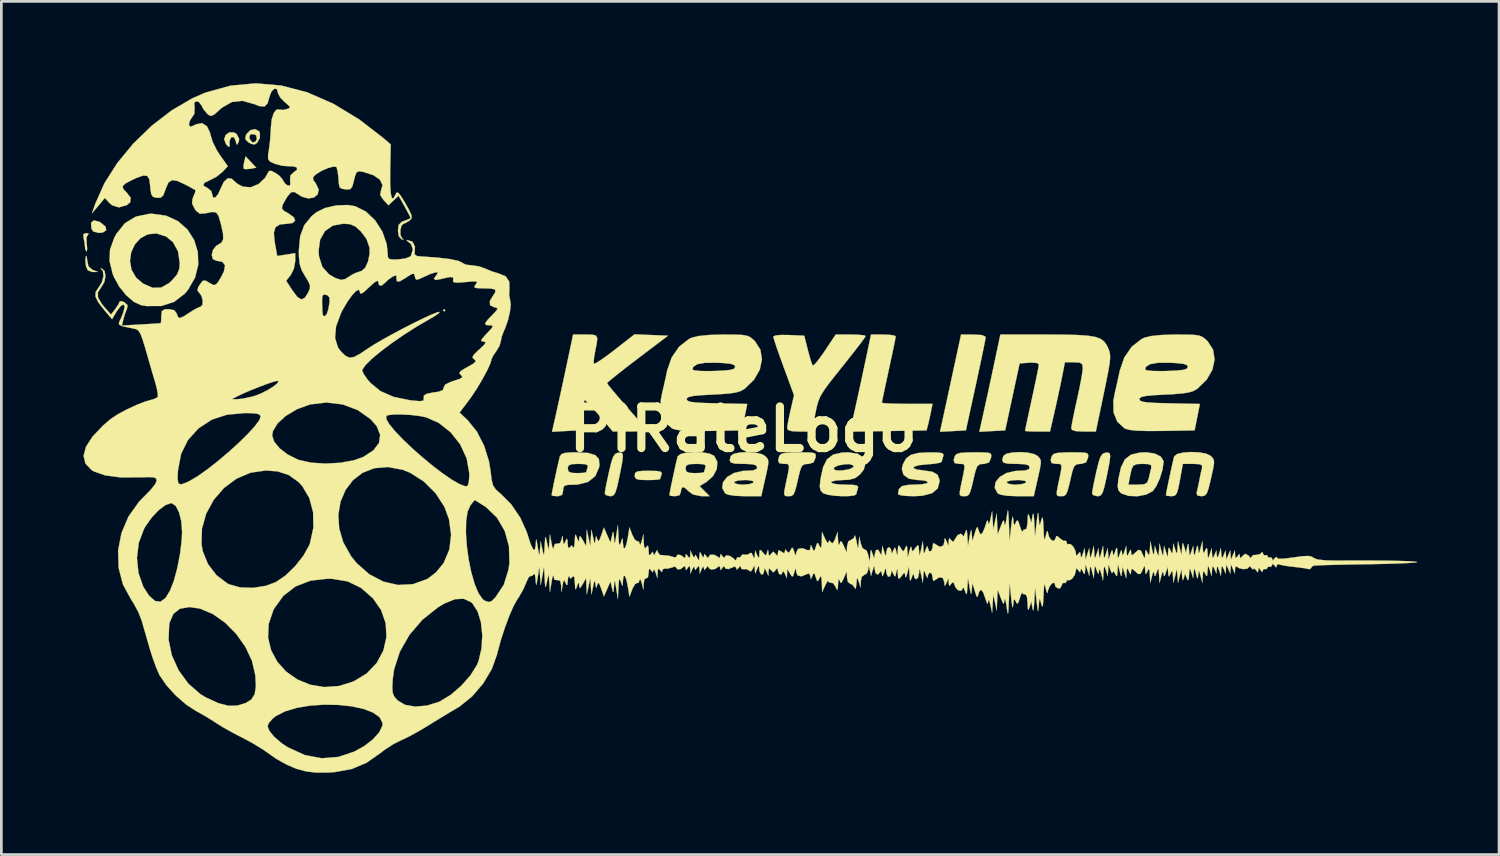
<source format=kicad_pcb>
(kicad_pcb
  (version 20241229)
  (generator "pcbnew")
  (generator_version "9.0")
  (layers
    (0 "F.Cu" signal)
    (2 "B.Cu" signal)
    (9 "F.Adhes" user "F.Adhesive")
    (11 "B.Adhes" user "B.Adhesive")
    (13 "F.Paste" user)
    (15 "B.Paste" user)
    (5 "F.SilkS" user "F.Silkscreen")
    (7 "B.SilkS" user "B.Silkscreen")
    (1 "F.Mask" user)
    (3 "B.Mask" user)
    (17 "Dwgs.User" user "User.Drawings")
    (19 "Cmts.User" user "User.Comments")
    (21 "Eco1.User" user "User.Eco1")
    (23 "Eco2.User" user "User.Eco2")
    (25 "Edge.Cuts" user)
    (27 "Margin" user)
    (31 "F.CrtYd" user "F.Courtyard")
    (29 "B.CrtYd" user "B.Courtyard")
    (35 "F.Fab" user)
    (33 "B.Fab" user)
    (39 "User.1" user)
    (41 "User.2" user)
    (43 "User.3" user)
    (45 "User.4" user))
  (footprint "PiRateLogo"
    (layer "F.Cu")
    (at 24.199 12.686)
    (property "Reference" "PiRateLogo" (at 0 0 0) (layer "F.SilkS") (effects (font (size 1.524 1.524) (thickness 0.3))))
    (attr through_hole)
    (fp_poly (pts (xy -10.922 -4.36) (xy -10.964 -4.318) (xy -11.007 -4.36) (xy -10.964 -4.403) (xy -10.922 -4.36)) (stroke (width 0.01) (type solid)) (fill yes) (layer "F.SilkS"))
    (fp_poly (pts (xy -18.05 -9.796) (xy -17.855 -9.589) (xy -18.074 -9.547) (xy -18.245 -9.533) (xy -18.319 -9.558) (xy -18.321 -9.671) (xy -18.295 -9.807) (xy -18.245 -10.004) (xy -18.05 -9.796)) (stroke (width 0.01) (type solid)) (fill yes) (layer "F.SilkS"))
    (fp_poly (pts (xy -23.62 -7.61) (xy -23.555 -7.575) (xy -23.378 -7.424) (xy -23.356 -7.293) (xy -23.483 -7.211) (xy -23.621 -7.197) (xy -23.827 -7.248) (xy -23.898 -7.357) (xy -23.911 -7.569) (xy -23.814 -7.656) (xy -23.62 -7.61)) (stroke (width 0.01) (type solid)) (fill yes) (layer "F.SilkS"))
    (fp_poly (pts (xy -24.057 -6.245) (xy -24.055 -6.199) (xy -24.007 -5.971) (xy -23.865 -5.849) (xy -23.855 -5.845) (xy -23.664 -5.768) (xy -23.853 -5.763) (xy -24.023 -5.82) (xy -24.094 -5.962) (xy -24.119 -6.187) (xy -24.105 -6.322) (xy -24.077 -6.358) (xy -24.057 -6.245)) (stroke (width 0.01) (type solid)) (fill yes) (layer "F.SilkS"))
    (fp_poly (pts (xy -24.076 -7.19) (xy -23.99 -7.168) (xy -24.018 -7.143) (xy -24.08 -7.03) (xy -24.07 -6.811) (xy -24.053 -6.618) (xy -24.07 -6.522) (xy -24.077 -6.519) (xy -24.123 -6.59) (xy -24.131 -6.668) (xy -24.154 -6.871) (xy -24.183 -7.006) (xy -24.194 -7.151) (xy -24.095 -7.19) (xy -24.076 -7.19)) (stroke (width 0.01) (type solid)) (fill yes) (layer "F.SilkS"))
    (fp_poly (pts (xy -18.668 -10.881) (xy -18.566 -10.813) (xy -18.48 -10.632) (xy -18.503 -10.526) (xy -18.557 -10.43) (xy -18.59 -10.484) (xy -18.606 -10.567) (xy -18.673 -10.707) (xy -18.765 -10.711) (xy -18.827 -10.591) (xy -18.832 -10.511) (xy -18.834 -10.358) (xy -18.88 -10.36) (xy -18.964 -10.455) (xy -19.032 -10.632) (xy -18.975 -10.788) (xy -18.839 -10.885) (xy -18.668 -10.881)) (stroke (width 0.01) (type solid)) (fill yes) (layer "F.SilkS"))
    (fp_poly (pts (xy -3.177 1.53) (xy -3.029 1.556) (xy -2.986 1.609) (xy -2.997 1.658) (xy -3.041 1.793) (xy -3.048 1.827) (xy -3.125 1.847) (xy -3.322 1.86) (xy -3.514 1.863) (xy -3.783 1.855) (xy -3.923 1.824) (xy -3.974 1.753) (xy -3.979 1.693) (xy -3.961 1.599) (xy -3.881 1.548) (xy -3.7 1.527) (xy -3.462 1.524) (xy -3.177 1.53)) (stroke (width 0.01) (type solid)) (fill yes) (layer "F.SilkS"))
    (fp_poly (pts (xy 8.734 -3.454) (xy 8.872 -3.401) (xy 8.885 -3.365) (xy 8.866 -3.253) (xy 8.817 -3.003) (xy 8.742 -2.641) (xy 8.647 -2.194) (xy 8.539 -1.69) (xy 8.521 -1.609) (xy 8.161 0.042) (xy 7.212 0.093) (xy 7.365 -0.61) (xy 7.446 -0.981) (xy 7.548 -1.453) (xy 7.658 -1.963) (xy 7.751 -2.392) (xy 7.984 -3.471) (xy 8.437 -3.471) (xy 8.734 -3.454)) (stroke (width 0.01) (type solid)) (fill yes) (layer "F.SilkS"))
    (fp_poly (pts (xy -4.431 0.889) (xy -4.413 0.99) (xy -4.435 1.187) (xy -4.495 1.505) (xy -4.547 1.757) (xy -4.622 2.099) (xy -4.684 2.308) (xy -4.749 2.415) (xy -4.833 2.452) (xy -4.886 2.455) (xy -5.035 2.416) (xy -5.077 2.349) (xy -5.059 2.221) (xy -5.011 1.975) (xy -4.944 1.658) (xy -4.924 1.566) (xy -4.842 1.224) (xy -4.771 1.015) (xy -4.696 0.906) (xy -4.6 0.864) (xy -4.588 0.862) (xy -4.488 0.855) (xy -4.431 0.889)) (stroke (width 0.01) (type solid)) (fill yes) (layer "F.SilkS"))
    (fp_poly (pts (xy 13.434 0.889) (xy 13.451 0.99) (xy 13.43 1.187) (xy 13.37 1.505) (xy 13.318 1.757) (xy 13.243 2.099) (xy 13.18 2.308) (xy 13.115 2.415) (xy 13.032 2.452) (xy 12.979 2.455) (xy 12.83 2.416) (xy 12.787 2.349) (xy 12.806 2.221) (xy 12.853 1.975) (xy 12.92 1.658) (xy 12.941 1.566) (xy 13.023 1.224) (xy 13.094 1.015) (xy 13.169 0.906) (xy 13.264 0.864) (xy 13.277 0.862) (xy 13.376 0.855) (xy 13.434 0.889)) (stroke (width 0.01) (type solid)) (fill yes) (layer "F.SilkS"))
    (fp_poly (pts (xy -17.752 -10.923) (xy -17.722 -10.868) (xy -17.722 -10.678) (xy -17.823 -10.501) (xy -17.916 -10.439) (xy -18.043 -10.462) (xy -18.154 -10.525) (xy -18.259 -10.64) (xy -18.245 -10.709) (xy -18.111 -10.709) (xy -18.089 -10.629) (xy -17.991 -10.509) (xy -17.88 -10.547) (xy -17.833 -10.629) (xy -17.853 -10.767) (xy -17.912 -10.809) (xy -18.067 -10.819) (xy -18.111 -10.709) (xy -18.245 -10.709) (xy -18.231 -10.783) (xy -18.211 -10.823) (xy -18.069 -10.965) (xy -17.895 -11) (xy -17.752 -10.923)) (stroke (width 0.01) (type solid)) (fill yes) (layer "F.SilkS"))
    (fp_poly (pts (xy 5.387 -3.46) (xy 5.551 -3.43) (xy 5.588 -3.403) (xy 5.571 -3.3) (xy 5.524 -3.063) (xy 5.453 -2.725) (xy 5.365 -2.317) (xy 5.334 -2.173) (xy 5.243 -1.752) (xy 5.166 -1.393) (xy 5.11 -1.127) (xy 5.082 -0.985) (xy 5.08 -0.971) (xy 5.159 -0.955) (xy 5.373 -0.942) (xy 5.688 -0.934) (xy 6.009 -0.931) (xy 6.938 -0.931) (xy 6.884 -0.656) (xy 6.827 -0.389) (xy 6.775 -0.169) (xy 6.719 0.042) (xy 5.316 0.066) (xy 3.912 0.089) (xy 4.069 -0.612) (xy 4.151 -0.982) (xy 4.254 -1.454) (xy 4.364 -1.963) (xy 4.455 -2.392) (xy 4.683 -3.471) (xy 5.136 -3.471) (xy 5.387 -3.46)) (stroke (width 0.01) (type solid)) (fill yes) (layer "F.SilkS"))
    (fp_poly (pts (xy 2.358 0.849) (xy 2.551 0.862) (xy 2.641 0.898) (xy 2.659 0.969) (xy 2.645 1.058) (xy 2.574 1.218) (xy 2.409 1.269) (xy 2.369 1.27) (xy 2.229 1.286) (xy 2.141 1.36) (xy 2.077 1.534) (xy 2.033 1.714) (xy 1.952 2.066) (xy 1.891 2.284) (xy 1.834 2.4) (xy 1.764 2.447) (xy 1.667 2.455) (xy 1.656 2.455) (xy 1.551 2.449) (xy 1.502 2.405) (xy 1.503 2.285) (xy 1.547 2.052) (xy 1.574 1.926) (xy 1.643 1.599) (xy 1.675 1.403) (xy 1.664 1.306) (xy 1.606 1.273) (xy 1.496 1.27) (xy 1.482 1.27) (xy 1.315 1.242) (xy 1.277 1.133) (xy 1.321 0.981) (xy 1.384 0.91) (xy 1.528 0.868) (xy 1.787 0.85) (xy 2.029 0.847) (xy 2.358 0.849)) (stroke (width 0.01) (type solid)) (fill yes) (layer "F.SilkS"))
    (fp_poly (pts (xy 8.793 0.849) (xy 8.986 0.862) (xy 9.075 0.898) (xy 9.094 0.969) (xy 9.08 1.058) (xy 9.008 1.218) (xy 8.844 1.269) (xy 8.804 1.27) (xy 8.663 1.286) (xy 8.576 1.36) (xy 8.511 1.534) (xy 8.468 1.714) (xy 8.386 2.066) (xy 8.325 2.284) (xy 8.268 2.4) (xy 8.199 2.447) (xy 8.101 2.455) (xy 8.09 2.455) (xy 7.986 2.449) (xy 7.937 2.405) (xy 7.938 2.285) (xy 7.982 2.052) (xy 8.009 1.926) (xy 8.078 1.599) (xy 8.11 1.403) (xy 8.099 1.306) (xy 8.041 1.273) (xy 7.931 1.27) (xy 7.916 1.27) (xy 7.749 1.242) (xy 7.712 1.133) (xy 7.756 0.981) (xy 7.819 0.91) (xy 7.963 0.868) (xy 8.221 0.85) (xy 8.464 0.847) (xy 8.793 0.849)) (stroke (width 0.01) (type solid)) (fill yes) (layer "F.SilkS"))
    (fp_poly (pts (xy 12.349 0.849) (xy 12.542 0.862) (xy 12.631 0.898) (xy 12.65 0.969) (xy 12.636 1.058) (xy 12.564 1.218) (xy 12.4 1.269) (xy 12.36 1.27) (xy 12.219 1.286) (xy 12.132 1.36) (xy 12.067 1.534) (xy 12.024 1.714) (xy 11.942 2.066) (xy 11.881 2.284) (xy 11.824 2.4) (xy 11.755 2.447) (xy 11.657 2.455) (xy 11.646 2.455) (xy 11.542 2.449) (xy 11.493 2.405) (xy 11.494 2.285) (xy 11.538 2.052) (xy 11.565 1.926) (xy 11.634 1.599) (xy 11.666 1.403) (xy 11.655 1.306) (xy 11.597 1.273) (xy 11.487 1.27) (xy 11.472 1.27) (xy 11.305 1.242) (xy 11.268 1.133) (xy 11.312 0.981) (xy 11.375 0.91) (xy 11.519 0.868) (xy 11.777 0.85) (xy 12.02 0.847) (xy 12.349 0.849)) (stroke (width 0.01) (type solid)) (fill yes) (layer "F.SilkS"))
    (fp_poly (pts (xy 15.079 0.889) (xy 15.304 1.002) (xy 15.407 1.164) (xy 15.409 1.196) (xy 15.371 1.476) (xy 15.274 1.795) (xy 15.144 2.084) (xy 15.015 2.265) (xy 14.774 2.395) (xy 14.453 2.456) (xy 14.125 2.444) (xy 13.865 2.354) (xy 13.848 2.342) (xy 13.755 2.243) (xy 13.726 2.095) (xy 13.732 2.032) (xy 14.12 2.032) (xy 14.467 2.032) (xy 14.693 2.019) (xy 14.806 1.957) (xy 14.862 1.814) (xy 14.865 1.799) (xy 14.919 1.569) (xy 14.957 1.418) (xy 14.955 1.322) (xy 14.855 1.279) (xy 14.658 1.27) (xy 14.428 1.279) (xy 14.3 1.334) (xy 14.231 1.478) (xy 14.18 1.715) (xy 14.12 2.032) (xy 13.732 2.032) (xy 13.751 1.842) (xy 13.753 1.823) (xy 13.848 1.391) (xy 13.993 1.102) (xy 14.215 0.931) (xy 14.538 0.856) (xy 14.772 0.847) (xy 15.079 0.889)) (stroke (width 0.01) (type solid)) (fill yes) (layer "F.SilkS"))
    (fp_poly (pts (xy 7.11 0.853) (xy 7.279 0.874) (xy 7.341 0.918) (xy 7.333 0.981) (xy 7.287 1.139) (xy 7.281 1.188) (xy 7.204 1.23) (xy 7.003 1.266) (xy 6.752 1.287) (xy 6.443 1.318) (xy 6.27 1.369) (xy 6.239 1.425) (xy 6.36 1.477) (xy 6.602 1.509) (xy 6.931 1.559) (xy 7.119 1.666) (xy 7.193 1.844) (xy 7.197 1.912) (xy 7.128 2.17) (xy 6.921 2.345) (xy 6.569 2.438) (xy 6.249 2.455) (xy 5.962 2.445) (xy 5.755 2.418) (xy 5.673 2.379) (xy 5.673 2.378) (xy 5.704 2.193) (xy 5.818 2.086) (xy 6.047 2.039) (xy 6.274 2.032) (xy 6.541 2.019) (xy 6.722 1.985) (xy 6.773 1.947) (xy 6.698 1.897) (xy 6.507 1.866) (xy 6.397 1.863) (xy 6.072 1.813) (xy 5.873 1.672) (xy 5.813 1.454) (xy 5.851 1.288) (xy 5.969 1.072) (xy 6.146 0.938) (xy 6.419 0.869) (xy 6.804 0.849) (xy 7.11 0.853)) (stroke (width 0.01) (type solid)) (fill yes) (layer "F.SilkS"))
    (fp_poly (pts (xy 4.218 -3.464) (xy 4.416 -3.444) (xy 4.487 -3.418) (xy 4.437 -3.336) (xy 4.299 -3.148) (xy 4.09 -2.877) (xy 3.831 -2.547) (xy 3.696 -2.378) (xy 3.361 -1.959) (xy 3.115 -1.643) (xy 2.942 -1.4) (xy 2.824 -1.202) (xy 2.747 -1.018) (xy 2.692 -0.819) (xy 2.643 -0.576) (xy 2.626 -0.487) (xy 2.521 0.085) (xy 2.065 0.085) (xy 1.784 0.072) (xy 1.641 0.028) (xy 1.609 -0.037) (xy 1.627 -0.179) (xy 1.675 -0.429) (xy 1.735 -0.702) (xy 1.861 -1.246) (xy 1.481 -2.279) (xy 1.338 -2.673) (xy 1.22 -3.01) (xy 1.138 -3.26) (xy 1.101 -3.389) (xy 1.101 -3.396) (xy 1.179 -3.437) (xy 1.392 -3.457) (xy 1.668 -3.454) (xy 2.236 -3.429) (xy 2.367 -2.906) (xy 2.442 -2.627) (xy 2.509 -2.419) (xy 2.548 -2.333) (xy 2.614 -2.376) (xy 2.746 -2.532) (xy 2.921 -2.771) (xy 2.993 -2.878) (xy 3.388 -3.471) (xy 3.938 -3.471) (xy 4.218 -3.464)) (stroke (width 0.01) (type solid)) (fill yes) (layer "F.SilkS"))
    (fp_poly (pts (xy 16.707 0.848) (xy 16.966 0.894) (xy 17.134 0.975) (xy 17.139 0.98) (xy 17.214 1.059) (xy 17.254 1.136) (xy 17.258 1.25) (xy 17.227 1.441) (xy 17.159 1.748) (xy 17.136 1.852) (xy 17.06 2.165) (xy 16.995 2.346) (xy 16.921 2.431) (xy 16.818 2.455) (xy 16.791 2.455) (xy 16.641 2.426) (xy 16.621 2.321) (xy 16.625 2.307) (xy 16.669 2.123) (xy 16.719 1.878) (xy 16.722 1.863) (xy 16.771 1.617) (xy 16.816 1.426) (xy 16.818 1.418) (xy 16.819 1.325) (xy 16.727 1.282) (xy 16.505 1.27) (xy 16.487 1.27) (xy 16.114 1.27) (xy 16.008 1.863) (xy 15.947 2.173) (xy 15.892 2.351) (xy 15.823 2.433) (xy 15.721 2.455) (xy 15.698 2.455) (xy 15.542 2.442) (xy 15.494 2.419) (xy 15.511 2.313) (xy 15.555 2.091) (xy 15.615 1.804) (xy 15.68 1.499) (xy 15.741 1.228) (xy 15.786 1.039) (xy 15.798 0.995) (xy 15.904 0.909) (xy 16.125 0.856) (xy 16.41 0.835) (xy 16.707 0.848)) (stroke (width 0.01) (type solid)) (fill yes) (layer "F.SilkS"))
    (fp_poly (pts (xy -21.16 -7.829) (xy -20.724 -7.628) (xy -20.378 -7.323) (xy -20.132 -6.939) (xy -19.997 -6.501) (xy -19.981 -6.034) (xy -20.097 -5.563) (xy -20.354 -5.114) (xy -20.478 -4.967) (xy -20.865 -4.67) (xy -21.335 -4.519) (xy -21.883 -4.516) (xy -22.072 -4.546) (xy -22.342 -4.669) (xy -22.624 -4.913) (xy -22.883 -5.237) (xy -23.081 -5.6) (xy -23.119 -5.7) (xy -23.233 -6.168) (xy -22.484 -6.168) (xy -22.428 -5.849) (xy -22.257 -5.555) (xy -21.997 -5.336) (xy -21.649 -5.185) (xy -21.34 -5.193) (xy -21.043 -5.363) (xy -20.947 -5.453) (xy -20.757 -5.675) (xy -20.674 -5.886) (xy -20.659 -6.092) (xy -20.723 -6.52) (xy -20.907 -6.86) (xy -21.164 -7.068) (xy -21.515 -7.177) (xy -21.832 -7.146) (xy -22.1 -7.002) (xy -22.307 -6.772) (xy -22.44 -6.485) (xy -22.484 -6.168) (xy -23.233 -6.168) (xy -23.233 -6.168) (xy -23.216 -6.585) (xy -23.063 -7.01) (xy -22.98 -7.166) (xy -22.672 -7.551) (xy -22.27 -7.795) (xy -21.779 -7.897) (xy -21.675 -7.9) (xy -21.16 -7.829)) (stroke (width 0.01) (type solid)) (fill yes) (layer "F.SilkS"))
    (fp_poly (pts (xy -5.688 0.87) (xy -5.425 0.948) (xy -5.293 1.093) (xy -5.272 1.314) (xy -5.284 1.39) (xy -5.422 1.713) (xy -5.685 1.928) (xy -6.06 2.027) (xy -6.185 2.032) (xy -6.435 2.039) (xy -6.559 2.075) (xy -6.6 2.161) (xy -6.604 2.244) (xy -6.639 2.405) (xy -6.777 2.454) (xy -6.816 2.455) (xy -6.975 2.443) (xy -7.027 2.419) (xy -7.01 2.313) (xy -6.967 2.091) (xy -6.907 1.804) (xy -6.841 1.499) (xy -6.828 1.439) (xy -6.435 1.439) (xy -6.406 1.55) (xy -6.291 1.599) (xy -6.096 1.609) (xy -5.884 1.601) (xy -5.766 1.581) (xy -5.757 1.573) (xy -5.731 1.474) (xy -5.706 1.404) (xy -5.703 1.321) (xy -5.8 1.281) (xy -6.03 1.27) (xy -6.045 1.27) (xy -6.286 1.281) (xy -6.402 1.325) (xy -6.434 1.421) (xy -6.435 1.439) (xy -6.828 1.439) (xy -6.78 1.228) (xy -6.735 1.039) (xy -6.723 0.995) (xy -6.669 0.914) (xy -6.545 0.869) (xy -6.313 0.849) (xy -6.096 0.847) (xy -5.688 0.87)) (stroke (width 0.01) (type solid)) (fill yes) (layer "F.SilkS"))
    (fp_poly (pts (xy -1.496 0.848) (xy -1.237 0.894) (xy -1.069 0.975) (xy -1.064 0.98) (xy -0.951 1.199) (xy -0.971 1.461) (xy -1.109 1.721) (xy -1.349 1.932) (xy -1.602 2.085) (xy -1.232 2.455) (xy -1.534 2.455) (xy -1.84 2.394) (xy -1.99 2.286) (xy -2.128 2.16) (xy -2.214 2.117) (xy -2.273 2.188) (xy -2.286 2.286) (xy -2.336 2.419) (xy -2.498 2.455) (xy -2.657 2.443) (xy -2.709 2.419) (xy -2.692 2.313) (xy -2.649 2.091) (xy -2.589 1.804) (xy -2.523 1.499) (xy -2.51 1.439) (xy -2.117 1.439) (xy -2.088 1.55) (xy -1.973 1.599) (xy -1.778 1.609) (xy -1.566 1.601) (xy -1.448 1.581) (xy -1.439 1.573) (xy -1.413 1.474) (xy -1.388 1.404) (xy -1.385 1.321) (xy -1.482 1.281) (xy -1.712 1.27) (xy -1.727 1.27) (xy -1.968 1.281) (xy -2.084 1.325) (xy -2.116 1.421) (xy -2.117 1.439) (xy -2.51 1.439) (xy -2.462 1.228) (xy -2.417 1.039) (xy -2.405 0.995) (xy -2.299 0.909) (xy -2.078 0.856) (xy -1.793 0.835) (xy -1.496 0.848)) (stroke (width 0.01) (type solid)) (fill yes) (layer "F.SilkS"))
    (fp_poly (pts (xy 0.447 0.859) (xy 0.684 0.914) (xy 0.798 0.98) (xy 0.874 1.059) (xy 0.913 1.136) (xy 0.918 1.25) (xy 0.886 1.441) (xy 0.819 1.748) (xy 0.795 1.852) (xy 0.659 2.455) (xy 0.05 2.455) (xy -0.296 2.441) (xy -0.549 2.402) (xy -0.66 2.354) (xy -0.773 2.151) (xy -0.742 1.947) (xy -0.339 1.947) (xy -0.264 2.001) (xy -0.076 2.03) (xy -0.005 2.032) (xy 0.22 2.012) (xy 0.365 1.963) (xy 0.381 1.947) (xy 0.341 1.894) (xy 0.157 1.865) (xy 0.047 1.863) (xy -0.182 1.879) (xy -0.32 1.921) (xy -0.339 1.947) (xy -0.742 1.947) (xy -0.742 1.941) (xy -0.591 1.751) (xy -0.343 1.605) (xy -0.021 1.529) (xy 0.096 1.524) (xy 0.358 1.51) (xy 0.484 1.46) (xy 0.508 1.397) (xy 0.469 1.323) (xy 0.331 1.284) (xy 0.061 1.27) (xy 0 1.27) (xy -0.297 1.261) (xy -0.454 1.222) (xy -0.498 1.136) (xy -0.458 0.983) (xy -0.457 0.981) (xy -0.345 0.899) (xy -0.121 0.852) (xy 0.161 0.838) (xy 0.447 0.859)) (stroke (width 0.01) (type solid)) (fill yes) (layer "F.SilkS"))
    (fp_poly (pts (xy 10.438 0.859) (xy 10.674 0.914) (xy 10.789 0.98) (xy 10.864 1.059) (xy 10.904 1.136) (xy 10.908 1.25) (xy 10.877 1.441) (xy 10.809 1.748) (xy 10.786 1.852) (xy 10.65 2.455) (xy 10.041 2.455) (xy 9.695 2.441) (xy 9.442 2.402) (xy 9.33 2.354) (xy 9.218 2.151) (xy 9.248 1.947) (xy 9.652 1.947) (xy 9.727 2.001) (xy 9.914 2.03) (xy 9.986 2.032) (xy 10.211 2.012) (xy 10.356 1.963) (xy 10.372 1.947) (xy 10.332 1.894) (xy 10.147 1.865) (xy 10.038 1.863) (xy 9.809 1.879) (xy 9.671 1.921) (xy 9.652 1.947) (xy 9.248 1.947) (xy 9.249 1.941) (xy 9.4 1.751) (xy 9.648 1.605) (xy 9.97 1.529) (xy 10.087 1.524) (xy 10.349 1.51) (xy 10.475 1.46) (xy 10.499 1.397) (xy 10.46 1.323) (xy 10.321 1.284) (xy 10.052 1.27) (xy 9.991 1.27) (xy 9.693 1.261) (xy 9.537 1.222) (xy 9.493 1.136) (xy 9.533 0.983) (xy 9.534 0.981) (xy 9.646 0.899) (xy 9.87 0.852) (xy 10.151 0.838) (xy 10.438 0.859)) (stroke (width 0.01) (type solid)) (fill yes) (layer "F.SilkS"))
    (fp_poly (pts (xy 4.189 0.898) (xy 4.405 1.036) (xy 4.486 1.238) (xy 4.418 1.479) (xy 4.28 1.655) (xy 4.103 1.79) (xy 3.884 1.851) (xy 3.645 1.863) (xy 3.402 1.878) (xy 3.247 1.916) (xy 3.217 1.947) (xy 3.295 1.992) (xy 3.497 2.023) (xy 3.734 2.032) (xy 4.02 2.038) (xy 4.168 2.064) (xy 4.211 2.117) (xy 4.2 2.166) (xy 4.154 2.327) (xy 4.149 2.378) (xy 4.073 2.426) (xy 3.88 2.451) (xy 3.62 2.454) (xy 3.343 2.438) (xy 3.099 2.402) (xy 2.937 2.35) (xy 2.926 2.342) (xy 2.833 2.243) (xy 2.804 2.095) (xy 2.829 1.842) (xy 2.831 1.823) (xy 2.918 1.423) (xy 3.321 1.423) (xy 3.343 1.493) (xy 3.489 1.515) (xy 3.646 1.508) (xy 3.882 1.467) (xy 4.027 1.397) (xy 4.045 1.371) (xy 4.023 1.301) (xy 3.877 1.279) (xy 3.72 1.286) (xy 3.484 1.327) (xy 3.339 1.397) (xy 3.321 1.423) (xy 2.918 1.423) (xy 2.926 1.391) (xy 3.071 1.102) (xy 3.293 0.931) (xy 3.616 0.856) (xy 3.85 0.847) (xy 4.189 0.898)) (stroke (width 0.01) (type solid)) (fill yes) (layer "F.SilkS"))
    (fp_poly (pts (xy -3.374 -3.454) (xy -2.761 -3.429) (xy -3.878 -2.582) (xy -4.25 -2.298) (xy -4.569 -2.048) (xy -4.814 -1.852) (xy -4.961 -1.726) (xy -4.995 -1.689) (xy -4.942 -1.612) (xy -4.798 -1.434) (xy -4.583 -1.18) (xy -4.319 -0.875) (xy -4.276 -0.826) (xy -4.006 -0.516) (xy -3.782 -0.253) (xy -3.625 -0.061) (xy -3.557 0.033) (xy -3.556 0.038) (xy -3.634 0.06) (xy -3.838 0.076) (xy -4.128 0.083) (xy -4.17 0.083) (xy -4.784 0.081) (xy -5.284 -0.51) (xy -5.506 -0.765) (xy -5.684 -0.959) (xy -5.793 -1.063) (xy -5.813 -1.073) (xy -5.843 -0.982) (xy -5.894 -0.771) (xy -5.951 -0.501) (xy -6.061 0.042) (xy -6.536 0.067) (xy -7.011 0.093) (xy -6.853 -0.61) (xy -6.771 -0.981) (xy -6.668 -1.454) (xy -6.558 -1.964) (xy -6.467 -2.392) (xy -6.239 -3.471) (xy -5.786 -3.471) (xy -5.535 -3.467) (xy -5.397 -3.432) (xy -5.351 -3.329) (xy -5.376 -3.122) (xy -5.427 -2.877) (xy -5.471 -2.625) (xy -5.485 -2.447) (xy -5.475 -2.398) (xy -5.394 -2.429) (xy -5.21 -2.546) (xy -4.953 -2.73) (xy -4.708 -2.916) (xy -3.988 -3.479) (xy -3.374 -3.454)) (stroke (width 0.01) (type solid)) (fill yes) (layer "F.SilkS"))
    (fp_poly (pts (xy 11.757 -3.468) (xy 12.258 -3.455) (xy 12.634 -3.429) (xy 12.906 -3.384) (xy 13.096 -3.315) (xy 13.226 -3.22) (xy 13.319 -3.092) (xy 13.361 -3.008) (xy 13.411 -2.89) (xy 13.441 -2.775) (xy 13.45 -2.637) (xy 13.434 -2.447) (xy 13.391 -2.178) (xy 13.318 -1.803) (xy 13.213 -1.294) (xy 13.195 -1.206) (xy 12.925 0.085) (xy 12.474 0.085) (xy 12.189 0.07) (xy 12.048 0.022) (xy 12.023 -0.031) (xy 12.041 -0.156) (xy 12.089 -0.408) (xy 12.16 -0.749) (xy 12.234 -1.084) (xy 12.32 -1.483) (xy 12.389 -1.84) (xy 12.434 -2.111) (xy 12.446 -2.239) (xy 12.427 -2.38) (xy 12.34 -2.441) (xy 12.134 -2.455) (xy 12.118 -2.455) (xy 11.791 -2.455) (xy 11.688 -1.926) (xy 11.618 -1.584) (xy 11.527 -1.159) (xy 11.432 -0.733) (xy 11.415 -0.656) (xy 11.245 0.085) (xy 10.787 0.085) (xy 10.535 0.08) (xy 10.368 0.069) (xy 10.329 0.059) (xy 10.346 -0.029) (xy 10.393 -0.251) (xy 10.464 -0.578) (xy 10.551 -0.979) (xy 10.583 -1.129) (xy 10.675 -1.555) (xy 10.752 -1.924) (xy 10.808 -2.203) (xy 10.835 -2.359) (xy 10.837 -2.378) (xy 10.762 -2.428) (xy 10.566 -2.443) (xy 10.484 -2.439) (xy 10.131 -2.413) (xy 9.866 -1.185) (xy 9.602 0.042) (xy 9.127 0.067) (xy 8.653 0.093) (xy 8.81 -0.61) (xy 8.892 -0.981) (xy 8.995 -1.454) (xy 9.105 -1.964) (xy 9.196 -2.392) (xy 9.425 -3.471) (xy 11.109 -3.471) (xy 11.757 -3.468)) (stroke (width 0.01) (type solid)) (fill yes) (layer "F.SilkS"))
    (fp_poly (pts (xy -0.315 -3.469) (xy -0.045 -3.458) (xy 0.133 -3.429) (xy 0.258 -3.374) (xy 0.367 -3.285) (xy 0.43 -3.224) (xy 0.628 -2.917) (xy 0.684 -2.56) (xy 0.605 -2.183) (xy 0.396 -1.818) (xy 0.064 -1.495) (xy 0.057 -1.489) (xy -0.08 -1.407) (xy -0.255 -1.35) (xy -0.506 -1.311) (xy -0.868 -1.283) (xy -1.128 -1.27) (xy -1.552 -1.247) (xy -1.832 -1.22) (xy -1.995 -1.184) (xy -2.066 -1.135) (xy -2.074 -1.101) (xy -2.048 -1.047) (xy -1.953 -1.009) (xy -1.765 -0.982) (xy -1.458 -0.964) (xy -1.009 -0.951) (xy -0.965 -0.95) (xy 0.145 -0.927) (xy -0.049 0.042) (xy -1.231 0.062) (xy -1.772 0.065) (xy -2.166 0.053) (xy -2.434 0.024) (xy -2.598 -0.023) (xy -2.615 -0.032) (xy -2.881 -0.272) (xy -3.019 -0.615) (xy -3.028 -1.051) (xy -2.969 -1.355) (xy -2.908 -1.609) (xy -2.835 -1.938) (xy -2.793 -2.143) (xy -2.778 -2.188) (xy -1.863 -2.188) (xy -1.784 -2.156) (xy -1.573 -2.136) (xy -1.264 -2.131) (xy -1.079 -2.135) (xy -0.699 -2.152) (xy -0.461 -2.178) (xy -0.336 -2.218) (xy -0.297 -2.279) (xy -0.296 -2.286) (xy -0.332 -2.354) (xy -0.46 -2.398) (xy -0.709 -2.425) (xy -0.961 -2.438) (xy -1.4 -2.435) (xy -1.688 -2.385) (xy -1.836 -2.284) (xy -1.863 -2.188) (xy -2.778 -2.188) (xy -2.627 -2.627) (xy -2.351 -3.027) (xy -1.99 -3.308) (xy -1.888 -3.357) (xy -1.641 -3.417) (xy -1.255 -3.456) (xy -0.759 -3.471) (xy -0.716 -3.471) (xy -0.315 -3.469)) (stroke (width 0.01) (type solid)) (fill yes) (layer "F.SilkS"))
    (fp_poly (pts (xy 16.28 -3.469) (xy 16.55 -3.458) (xy 16.728 -3.429) (xy 16.852 -3.374) (xy 16.962 -3.285) (xy 17.025 -3.224) (xy 17.223 -2.917) (xy 17.279 -2.56) (xy 17.199 -2.183) (xy 16.99 -1.818) (xy 16.659 -1.495) (xy 16.652 -1.489) (xy 16.515 -1.407) (xy 16.339 -1.35) (xy 16.089 -1.311) (xy 15.727 -1.283) (xy 15.467 -1.27) (xy 15.043 -1.247) (xy 14.762 -1.22) (xy 14.6 -1.184) (xy 14.529 -1.135) (xy 14.52 -1.101) (xy 14.547 -1.047) (xy 14.641 -1.009) (xy 14.83 -0.982) (xy 15.136 -0.964) (xy 15.585 -0.951) (xy 15.63 -0.95) (xy 16.739 -0.927) (xy 16.643 -0.442) (xy 16.546 0.042) (xy 15.364 0.062) (xy 14.822 0.065) (xy 14.429 0.053) (xy 14.16 0.024) (xy 13.997 -0.023) (xy 13.979 -0.032) (xy 13.714 -0.272) (xy 13.575 -0.615) (xy 13.567 -1.051) (xy 13.626 -1.355) (xy 13.687 -1.609) (xy 13.759 -1.938) (xy 13.802 -2.143) (xy 13.817 -2.188) (xy 14.732 -2.188) (xy 14.811 -2.156) (xy 15.022 -2.136) (xy 15.33 -2.131) (xy 15.515 -2.135) (xy 15.895 -2.152) (xy 16.134 -2.178) (xy 16.259 -2.218) (xy 16.298 -2.279) (xy 16.298 -2.286) (xy 16.262 -2.354) (xy 16.134 -2.398) (xy 15.886 -2.425) (xy 15.634 -2.438) (xy 15.195 -2.435) (xy 14.907 -2.385) (xy 14.759 -2.284) (xy 14.732 -2.188) (xy 13.817 -2.188) (xy 13.967 -2.627) (xy 14.243 -3.027) (xy 14.604 -3.308) (xy 14.707 -3.357) (xy 14.953 -3.417) (xy 15.339 -3.456) (xy 15.836 -3.471) (xy 15.879 -3.471) (xy 16.28 -3.469)) (stroke (width 0.01) (type solid)) (fill yes) (layer "F.SilkS"))
    (fp_poly (pts (xy -16.933 -12.599) (xy -15.985 -12.351) (xy -15.033 -11.936) (xy -14.077 -11.356) (xy -13.215 -10.69) (xy -12.925 -10.444) (xy -12.945 -9.455) (xy -12.945 -8.973) (xy -12.924 -8.645) (xy -12.883 -8.475) (xy -12.822 -8.468) (xy -12.748 -8.608) (xy -12.697 -8.689) (xy -12.624 -8.644) (xy -12.55 -8.545) (xy -12.412 -8.326) (xy -12.268 -8.068) (xy -12.255 -8.043) (xy -12.164 -7.847) (xy -12.153 -7.74) (xy -12.223 -7.661) (xy -12.249 -7.641) (xy -12.392 -7.555) (xy -12.453 -7.535) (xy -12.529 -7.464) (xy -12.571 -7.302) (xy -12.569 -7.125) (xy -12.515 -7.008) (xy -12.514 -7.008) (xy -12.454 -6.952) (xy -12.531 -6.965) (xy -12.628 -7.074) (xy -12.66 -7.278) (xy -12.635 -7.487) (xy -12.523 -7.6) (xy -12.428 -7.639) (xy -12.26 -7.704) (xy -12.192 -7.745) (xy -12.23 -7.825) (xy -12.327 -8.007) (xy -12.414 -8.165) (xy -12.636 -8.562) (xy -12.822 -8.387) (xy -13.008 -8.212) (xy -13.189 -8.404) (xy -13.31 -8.584) (xy -13.29 -8.722) (xy -13.225 -8.947) (xy -13.319 -9.149) (xy -13.561 -9.315) (xy -13.932 -9.434) (xy -14.095 -9.457) (xy -14.184 -9.409) (xy -14.241 -9.253) (xy -14.271 -9.126) (xy -14.332 -8.9) (xy -14.407 -8.801) (xy -14.531 -8.789) (xy -14.563 -8.792) (xy -14.718 -8.817) (xy -14.794 -8.865) (xy -14.825 -8.987) (xy -14.841 -9.211) (xy -14.869 -9.442) (xy -14.909 -9.596) (xy -14.922 -9.617) (xy -15.036 -9.627) (xy -15.235 -9.571) (xy -15.462 -9.472) (xy -15.658 -9.35) (xy -15.682 -9.331) (xy -15.774 -9.233) (xy -15.763 -9.137) (xy -15.663 -8.997) (xy -15.565 -8.785) (xy -15.603 -8.61) (xy -15.741 -8.495) (xy -15.947 -8.461) (xy -16.186 -8.528) (xy -16.293 -8.596) (xy -16.459 -8.699) (xy -16.58 -8.686) (xy -16.704 -8.542) (xy -16.765 -8.445) (xy -16.89 -8.225) (xy -16.914 -8.094) (xy -16.829 -7.999) (xy -16.679 -7.916) (xy -16.479 -7.773) (xy -16.429 -7.645) (xy -16.529 -7.558) (xy -16.705 -7.535) (xy -16.99 -7.507) (xy -17.152 -7.404) (xy -17.209 -7.201) (xy -17.179 -6.871) (xy -17.173 -6.837) (xy -17.086 -6.351) (xy -16.756 -6.403) (xy -16.425 -6.456) (xy -16.425 -6.161) (xy -16.476 -5.882) (xy -16.591 -5.654) (xy -16.758 -5.443) (xy -16.53 -5.092) (xy -16.346 -4.847) (xy -16.201 -4.758) (xy -16.073 -4.821) (xy -15.96 -4.994) (xy -15.889 -5.154) (xy -15.886 -5.284) (xy -15.961 -5.446) (xy -16.062 -5.608) (xy -16.193 -5.837) (xy -16.263 -6.058) (xy -16.291 -6.337) (xy -16.293 -6.539) (xy -15.57 -6.539) (xy -15.554 -6.338) (xy -15.433 -5.953) (xy -15.18 -5.672) (xy -14.944 -5.54) (xy -14.742 -5.475) (xy -14.595 -5.505) (xy -14.52 -5.553) (xy -14.335 -5.67) (xy -14.224 -5.724) (xy -14.04 -5.79) (xy -13.988 -5.806) (xy -13.859 -5.922) (xy -13.757 -6.148) (xy -13.7 -6.428) (xy -13.7 -6.649) (xy -13.813 -6.975) (xy -14.011 -7.243) (xy -14.217 -7.432) (xy -14.414 -7.517) (xy -14.658 -7.535) (xy -15.046 -7.466) (xy -15.335 -7.266) (xy -15.513 -6.952) (xy -15.57 -6.539) (xy -16.293 -6.539) (xy -16.293 -6.562) (xy -16.245 -7.076) (xy -16.095 -7.48) (xy -15.824 -7.813) (xy -15.654 -7.952) (xy -15.332 -8.111) (xy -14.923 -8.205) (xy -14.503 -8.221) (xy -14.224 -8.175) (xy -13.834 -7.979) (xy -13.494 -7.655) (xy -13.23 -7.243) (xy -13.072 -6.784) (xy -13.039 -6.47) (xy -13.03 -6.312) (xy -12.971 -6.238) (xy -12.819 -6.221) (xy -12.649 -6.226) (xy -12.386 -6.261) (xy -12.212 -6.331) (xy -12.184 -6.36) (xy -12.112 -6.588) (xy -12.177 -6.784) (xy -12.255 -6.851) (xy -12.339 -6.92) (xy -12.319 -6.939) (xy -12.126 -6.873) (xy -12.036 -6.695) (xy -12.042 -6.571) (xy -12.049 -6.408) (xy -11.952 -6.347) (xy -11.863 -6.338) (xy -11.238 -6.295) (xy -10.763 -6.239) (xy -10.445 -6.173) (xy -10.289 -6.097) (xy -10.281 -6.087) (xy -10.172 -6.034) (xy -9.973 -6.011) (xy -9.965 -6.011) (xy -9.689 -5.971) (xy -9.467 -5.892) (xy -9.205 -5.782) (xy -8.986 -5.718) (xy -8.71 -5.605) (xy -8.579 -5.41) (xy -8.574 -5.144) (xy -8.584 -4.912) (xy -8.549 -4.74) (xy -8.548 -4.739) (xy -8.525 -4.566) (xy -8.557 -4.295) (xy -8.631 -3.981) (xy -8.738 -3.683) (xy -8.771 -3.613) (xy -8.857 -3.393) (xy -8.89 -3.222) (xy -8.94 -3.051) (xy -9.059 -2.856) (xy -9.177 -2.684) (xy -9.229 -2.567) (xy -9.229 -2.564) (xy -9.273 -2.41) (xy -9.389 -2.157) (xy -9.557 -1.845) (xy -9.752 -1.515) (xy -9.953 -1.209) (xy -10.04 -1.089) (xy -10.399 -0.611) (xy -10.1 -0.327) (xy -9.768 0.084) (xy -9.501 0.606) (xy -9.32 1.186) (xy -9.264 1.539) (xy -9.226 1.855) (xy -9.173 2.058) (xy -9.079 2.203) (xy -8.92 2.347) (xy -8.886 2.374) (xy -8.506 2.756) (xy -8.176 3.241) (xy -7.94 3.761) (xy -7.912 3.851) (xy -7.796 4.207) (xy -7.707 4.4) (xy -7.646 4.427) (xy -7.612 4.289) (xy -7.609 4.233) (xy -7.598 4.067) (xy -7.584 4.044) (xy -7.558 4.173) (xy -7.535 4.318) (xy -7.499 4.543) (xy -7.478 4.61) (xy -7.463 4.529) (xy -7.452 4.403) (xy -7.428 4.106) (xy -7.366 4.403) (xy -7.329 4.567) (xy -7.307 4.598) (xy -7.293 4.483) (xy -7.281 4.276) (xy -7.267 4.034) (xy -7.252 3.948) (xy -7.228 4.006) (xy -7.197 4.149) (xy -7.134 4.445) (xy -7.111 4.149) (xy -7.088 3.852) (xy -7.027 4.191) (xy -6.989 4.355) (xy -6.961 4.383) (xy -6.955 4.342) (xy -6.905 4.203) (xy -6.822 4.2) (xy -6.712 4.171) (xy -6.665 4.049) (xy -6.636 3.914) (xy -6.621 3.941) (xy -6.61 4.064) (xy -6.591 4.206) (xy -6.558 4.19) (xy -6.519 4.106) (xy -6.469 4.012) (xy -6.446 4.061) (xy -6.439 4.191) (xy -6.42 4.35) (xy -6.372 4.348) (xy -6.359 4.33) (xy -6.289 4.257) (xy -6.24 4.33) (xy -6.209 4.33) (xy -6.185 4.194) (xy -6.179 4.106) (xy -6.166 3.906) (xy -6.144 3.86) (xy -6.105 3.952) (xy -6.096 3.979) (xy -6.046 4.112) (xy -6.023 4.089) (xy -6.017 4.022) (xy -6 3.918) (xy -5.953 3.95) (xy -5.884 4.064) (xy -5.763 4.276) (xy -5.749 3.979) (xy -5.735 3.683) (xy -5.673 3.979) (xy -5.61 4.276) (xy -5.588 3.979) (xy -5.566 3.683) (xy -5.503 3.979) (xy -5.461 4.155) (xy -5.437 4.174) (xy -5.42 4.064) (xy -5.4 3.928) (xy -5.375 3.952) (xy -5.355 4.022) (xy -5.317 4.107) (xy -5.271 4.058) (xy -5.21 3.898) (xy -5.11 3.606) (xy -4.989 3.881) (xy -4.868 4.156) (xy -4.815 3.919) (xy -4.779 3.773) (xy -4.759 3.774) (xy -4.742 3.932) (xy -4.739 3.979) (xy -4.723 4.15) (xy -4.708 4.179) (xy -4.682 4.056) (xy -4.657 3.895) (xy -4.597 3.514) (xy -4.576 3.937) (xy -4.56 4.17) (xy -4.537 4.25) (xy -4.502 4.192) (xy -4.487 4.149) (xy -4.439 4.009) (xy -4.419 4.022) (xy -4.411 4.184) (xy -4.388 4.35) (xy -4.344 4.363) (xy -4.29 4.237) (xy -4.235 3.984) (xy -4.23 3.957) (xy -4.174 3.598) (xy -4.068 3.873) (xy -3.98 4.043) (xy -3.898 4.105) (xy -3.886 4.101) (xy -3.819 4.129) (xy -3.8 4.207) (xy -3.777 4.244) (xy -3.734 4.137) (xy -3.725 4.106) (xy -3.661 3.852) (xy -3.649 4.149) (xy -3.631 4.331) (xy -3.591 4.361) (xy -3.556 4.318) (xy -3.498 4.265) (xy -3.474 4.356) (xy -3.471 4.445) (xy -3.458 4.604) (xy -3.416 4.612) (xy -3.387 4.572) (xy -3.32 4.488) (xy -3.299 4.551) (xy -3.297 4.572) (xy -3.272 4.625) (xy -3.217 4.53) (xy -3.161 4.427) (xy -3.139 4.481) (xy -3.139 4.497) (xy -3.065 4.605) (xy -2.942 4.619) (xy -2.719 4.638) (xy -2.603 4.675) (xy -2.479 4.701) (xy -2.455 4.66) (xy -2.399 4.596) (xy -2.278 4.619) (xy -2.181 4.699) (xy -2.127 4.714) (xy -2.117 4.657) (xy -2.103 4.572) (xy -2.046 4.636) (xy -2.032 4.657) (xy -1.967 4.729) (xy -1.944 4.646) (xy -1.943 4.614) (xy -1.935 4.445) (xy -1.863 4.614) (xy -1.804 4.713) (xy -1.778 4.657) (xy -1.751 4.601) (xy -1.693 4.699) (xy -1.639 4.806) (xy -1.616 4.762) (xy -1.609 4.657) (xy -1.594 4.515) (xy -1.562 4.532) (xy -1.524 4.614) (xy -1.466 4.711) (xy -1.444 4.657) (xy -1.427 4.572) (xy -1.368 4.636) (xy -1.355 4.657) (xy -1.287 4.729) (xy -1.271 4.674) (xy -1.208 4.6) (xy -1.071 4.6) (xy -0.936 4.671) (xy -0.911 4.699) (xy -0.857 4.714) (xy -0.847 4.657) (xy -0.833 4.572) (xy -0.776 4.636) (xy -0.762 4.657) (xy -0.694 4.724) (xy -0.679 4.68) (xy -0.62 4.623) (xy -0.49 4.646) (xy -0.356 4.734) (xy -0.319 4.777) (xy -0.264 4.811) (xy -0.255 4.758) (xy -0.207 4.687) (xy -0.169 4.699) (xy -0.092 4.687) (xy -0.085 4.653) (xy -0.024 4.591) (xy 0.04 4.602) (xy 0.181 4.592) (xy 0.224 4.553) (xy 0.293 4.528) (xy 0.347 4.62) (xy 0.398 4.735) (xy 0.417 4.689) (xy 0.423 4.614) (xy 0.435 4.445) (xy 0.508 4.614) (xy 0.562 4.721) (xy 0.583 4.677) (xy 0.589 4.572) (xy 0.604 4.428) (xy 0.652 4.437) (xy 0.715 4.515) (xy 0.807 4.621) (xy 0.85 4.591) (xy 0.872 4.515) (xy 0.904 4.415) (xy 0.919 4.478) (xy 0.923 4.53) (xy 0.944 4.642) (xy 1.001 4.597) (xy 1.017 4.572) (xy 1.097 4.488) (xy 1.173 4.555) (xy 1.184 4.572) (xy 1.25 4.647) (xy 1.268 4.565) (xy 1.269 4.54) (xy 1.291 4.434) (xy 1.379 4.473) (xy 1.397 4.487) (xy 1.498 4.549) (xy 1.525 4.481) (xy 1.525 4.477) (xy 1.541 4.404) (xy 1.598 4.473) (xy 1.668 4.531) (xy 1.734 4.435) (xy 1.736 4.431) (xy 1.789 4.337) (xy 1.833 4.387) (xy 1.866 4.487) (xy 1.913 4.622) (xy 1.933 4.601) (xy 1.939 4.523) (xy 2.009 4.386) (xy 2.171 4.361) (xy 2.351 4.433) (xy 2.44 4.43) (xy 2.461 4.344) (xy 2.473 4.244) (xy 2.508 4.298) (xy 2.532 4.356) (xy 2.583 4.461) (xy 2.624 4.42) (xy 2.658 4.313) (xy 2.708 4.172) (xy 2.75 4.185) (xy 2.793 4.276) (xy 2.84 4.352) (xy 2.866 4.291) (xy 2.877 4.106) (xy 2.886 3.768) (xy 3.003 4.022) (xy 3.081 4.157) (xy 3.125 4.165) (xy 3.127 4.149) (xy 3.149 4.068) (xy 3.208 4.137) (xy 3.274 4.181) (xy 3.344 4.077) (xy 3.37 4.01) (xy 3.458 3.768) (xy 3.474 4.064) (xy 3.494 4.227) (xy 3.522 4.23) (xy 3.533 4.194) (xy 3.57 4.101) (xy 3.62 4.142) (xy 3.686 4.279) (xy 3.796 4.53) (xy 3.803 4.297) (xy 3.85 4.112) (xy 3.937 4.064) (xy 4.05 3.994) (xy 4.076 3.916) (xy 4.095 3.895) (xy 4.131 4.014) (xy 4.149 4.106) (xy 4.188 4.307) (xy 4.21 4.351) (xy 4.226 4.25) (xy 4.231 4.191) (xy 4.253 3.937) (xy 4.308 4.191) (xy 4.368 4.355) (xy 4.441 4.404) (xy 4.445 4.403) (xy 4.517 4.444) (xy 4.58 4.602) (xy 4.582 4.614) (xy 4.637 4.868) (xy 4.655 4.614) (xy 4.671 4.445) (xy 4.694 4.435) (xy 4.741 4.572) (xy 4.791 4.714) (xy 4.811 4.701) (xy 4.818 4.593) (xy 4.863 4.435) (xy 4.946 4.417) (xy 5.021 4.55) (xy 5.022 4.551) (xy 5.053 4.617) (xy 5.076 4.519) (xy 5.079 4.487) (xy 5.097 4.276) (xy 5.165 4.487) (xy 5.214 4.63) (xy 5.234 4.616) (xy 5.241 4.508) (xy 5.285 4.358) (xy 5.362 4.324) (xy 5.42 4.418) (xy 5.425 4.466) (xy 5.438 4.556) (xy 5.479 4.493) (xy 5.499 4.445) (xy 5.551 4.337) (xy 5.584 4.377) (xy 5.608 4.487) (xy 5.638 4.618) (xy 5.653 4.595) (xy 5.664 4.445) (xy 5.68 4.28) (xy 5.715 4.266) (xy 5.774 4.357) (xy 5.851 4.473) (xy 5.899 4.443) (xy 5.935 4.357) (xy 5.981 4.268) (xy 6.005 4.325) (xy 6.015 4.445) (xy 6.031 4.699) (xy 6.096 4.445) (xy 6.142 4.307) (xy 6.168 4.329) (xy 6.171 4.355) (xy 6.185 4.469) (xy 6.233 4.448) (xy 6.305 4.355) (xy 6.392 4.254) (xy 6.429 4.286) (xy 6.443 4.445) (xy 6.454 4.605) (xy 6.47 4.616) (xy 6.505 4.47) (xy 6.519 4.403) (xy 6.582 4.106) (xy 6.601 4.36) (xy 6.618 4.53) (xy 6.641 4.54) (xy 6.689 4.403) (xy 6.74 4.282) (xy 6.764 4.329) (xy 6.765 4.339) (xy 6.811 4.47) (xy 6.888 4.468) (xy 6.94 4.346) (xy 6.943 4.301) (xy 6.961 4.177) (xy 7.03 4.203) (xy 7.044 4.216) (xy 7.209 4.313) (xy 7.331 4.266) (xy 7.372 4.128) (xy 7.382 3.996) (xy 7.415 4.026) (xy 7.451 4.106) (xy 7.523 4.276) (xy 7.531 4.106) (xy 7.549 3.996) (xy 7.604 4.042) (xy 7.617 4.062) (xy 7.688 4.134) (xy 7.748 4.057) (xy 7.764 4.02) (xy 7.861 3.88) (xy 7.973 3.829) (xy 8.046 3.885) (xy 8.052 3.916) (xy 8.078 3.928) (xy 8.128 3.81) (xy 8.172 3.695) (xy 8.196 3.716) (xy 8.213 3.887) (xy 8.216 3.937) (xy 8.237 4.276) (xy 8.297 3.937) (xy 8.336 3.737) (xy 8.358 3.694) (xy 8.373 3.797) (xy 8.378 3.852) (xy 8.397 4.106) (xy 8.487 3.81) (xy 8.548 3.624) (xy 8.585 3.586) (xy 8.621 3.685) (xy 8.631 3.724) (xy 8.69 3.85) (xy 8.762 3.814) (xy 8.851 3.614) (xy 8.892 3.486) (xy 8.942 3.346) (xy 8.969 3.362) (xy 8.979 3.429) (xy 9.003 3.478) (xy 9.044 3.371) (xy 9.059 3.302) (xy 9.122 3.006) (xy 9.144 3.344) (xy 9.166 3.683) (xy 9.229 3.387) (xy 9.291 3.09) (xy 9.326 3.852) (xy 9.44 3.556) (xy 9.515 3.375) (xy 9.552 3.341) (xy 9.571 3.442) (xy 9.574 3.471) (xy 9.594 3.518) (xy 9.626 3.418) (xy 9.652 3.26) (xy 9.682 3.052) (xy 9.701 2.97) (xy 9.714 3.025) (xy 9.727 3.23) (xy 9.738 3.471) (xy 9.766 4.106) (xy 9.821 3.556) (xy 9.853 3.294) (xy 9.877 3.2) (xy 9.895 3.274) (xy 9.897 3.302) (xy 9.917 3.481) (xy 9.947 3.507) (xy 9.986 3.429) (xy 10.037 3.338) (xy 10.082 3.375) (xy 10.142 3.556) (xy 10.199 3.718) (xy 10.233 3.758) (xy 10.237 3.742) (xy 10.291 3.671) (xy 10.329 3.683) (xy 10.385 3.643) (xy 10.418 3.463) (xy 10.422 3.37) (xy 10.432 3.163) (xy 10.452 3.11) (xy 10.489 3.198) (xy 10.495 3.217) (xy 10.559 3.429) (xy 10.601 3.175) (xy 10.626 3.086) (xy 10.649 3.16) (xy 10.668 3.399) (xy 10.67 3.429) (xy 10.696 3.937) (xy 10.753 3.429) (xy 10.784 3.167) (xy 10.804 3.062) (xy 10.819 3.104) (xy 10.833 3.26) (xy 10.85 3.468) (xy 10.869 3.52) (xy 10.901 3.427) (xy 10.922 3.344) (xy 10.957 3.238) (xy 10.981 3.262) (xy 10.998 3.429) (xy 11.008 3.641) (xy 11.021 3.919) (xy 11.037 4.043) (xy 11.059 4.027) (xy 11.091 3.895) (xy 11.134 3.741) (xy 11.16 3.741) (xy 11.165 3.778) (xy 11.211 3.951) (xy 11.3 4.067) (xy 11.392 4.093) (xy 11.444 4.011) (xy 11.478 3.912) (xy 11.549 3.943) (xy 11.61 4.003) (xy 11.737 4.09) (xy 11.801 4.088) (xy 11.848 4.104) (xy 11.853 4.149) (xy 11.882 4.221) (xy 11.906 4.209) (xy 11.998 4.21) (xy 12.105 4.315) (xy 12.181 4.468) (xy 12.193 4.545) (xy 12.207 4.647) (xy 12.265 4.589) (xy 12.277 4.572) (xy 12.342 4.5) (xy 12.366 4.582) (xy 12.368 4.614) (xy 12.383 4.711) (xy 12.417 4.657) (xy 12.446 4.572) (xy 12.514 4.36) (xy 12.531 4.572) (xy 12.548 4.784) (xy 12.615 4.572) (xy 12.683 4.36) (xy 12.702 4.572) (xy 12.718 4.705) (xy 12.741 4.689) (xy 12.785 4.53) (xy 12.849 4.276) (xy 12.868 4.53) (xy 12.883 4.699) (xy 12.906 4.709) (xy 12.954 4.572) (xy 13.022 4.36) (xy 13.04 4.572) (xy 13.056 4.705) (xy 13.08 4.689) (xy 13.123 4.53) (xy 13.188 4.276) (xy 13.206 4.53) (xy 13.222 4.699) (xy 13.245 4.709) (xy 13.293 4.572) (xy 13.36 4.36) (xy 13.394 4.784) (xy 13.462 4.572) (xy 13.512 4.438) (xy 13.537 4.458) (xy 13.547 4.53) (xy 13.566 4.629) (xy 13.6 4.579) (xy 13.631 4.487) (xy 13.68 4.349) (xy 13.702 4.362) (xy 13.716 4.53) (xy 13.731 4.699) (xy 13.753 4.709) (xy 13.801 4.572) (xy 13.851 4.438) (xy 13.876 4.458) (xy 13.885 4.53) (xy 13.904 4.629) (xy 13.939 4.579) (xy 13.97 4.487) (xy 14.038 4.276) (xy 14.052 4.487) (xy 14.068 4.629) (xy 14.101 4.613) (xy 14.139 4.53) (xy 14.195 4.417) (xy 14.215 4.458) (xy 14.218 4.515) (xy 14.236 4.619) (xy 14.304 4.587) (xy 14.357 4.536) (xy 14.493 4.421) (xy 14.574 4.447) (xy 14.645 4.593) (xy 14.702 4.724) (xy 14.724 4.697) (xy 14.733 4.572) (xy 14.747 4.43) (xy 14.779 4.447) (xy 14.817 4.53) (xy 14.866 4.616) (xy 14.893 4.563) (xy 14.907 4.403) (xy 14.924 4.106) (xy 14.986 4.403) (xy 15.028 4.578) (xy 15.052 4.596) (xy 15.068 4.487) (xy 15.088 4.276) (xy 15.155 4.487) (xy 15.204 4.626) (xy 15.226 4.613) (xy 15.242 4.445) (xy 15.26 4.191) (xy 15.325 4.445) (xy 15.37 4.609) (xy 15.393 4.617) (xy 15.408 4.487) (xy 15.426 4.276) (xy 15.494 4.487) (xy 15.562 4.699) (xy 15.576 4.487) (xy 15.592 4.345) (xy 15.625 4.362) (xy 15.663 4.445) (xy 15.718 4.553) (xy 15.741 4.509) (xy 15.75 4.403) (xy 15.765 4.191) (xy 15.833 4.403) (xy 15.881 4.541) (xy 15.903 4.529) (xy 15.919 4.36) (xy 15.937 4.106) (xy 16.067 4.614) (xy 16.085 4.36) (xy 16.101 4.191) (xy 16.123 4.182) (xy 16.167 4.318) (xy 16.23 4.53) (xy 16.274 4.318) (xy 16.304 4.203) (xy 16.323 4.236) (xy 16.338 4.403) (xy 16.354 4.588) (xy 16.377 4.618) (xy 16.419 4.506) (xy 16.425 4.487) (xy 16.493 4.276) (xy 16.512 4.487) (xy 16.528 4.62) (xy 16.551 4.604) (xy 16.595 4.445) (xy 16.64 4.281) (xy 16.663 4.272) (xy 16.679 4.403) (xy 16.696 4.536) (xy 16.72 4.521) (xy 16.764 4.36) (xy 16.829 4.106) (xy 16.845 4.36) (xy 16.862 4.521) (xy 16.893 4.528) (xy 16.933 4.445) (xy 16.985 4.349) (xy 17.01 4.397) (xy 17.02 4.53) (xy 17.033 4.699) (xy 17.055 4.709) (xy 17.103 4.572) (xy 17.17 4.36) (xy 17.185 4.572) (xy 17.201 4.714) (xy 17.234 4.697) (xy 17.272 4.614) (xy 17.345 4.445) (xy 17.359 4.614) (xy 17.377 4.713) (xy 17.411 4.661) (xy 17.441 4.572) (xy 17.509 4.36) (xy 17.524 4.572) (xy 17.54 4.714) (xy 17.573 4.697) (xy 17.611 4.614) (xy 17.683 4.445) (xy 17.695 4.614) (xy 17.707 4.784) (xy 17.78 4.614) (xy 17.853 4.445) (xy 17.865 4.614) (xy 17.877 4.784) (xy 17.949 4.614) (xy 18.022 4.445) (xy 18.029 4.614) (xy 18.048 4.726) (xy 18.103 4.68) (xy 18.119 4.657) (xy 18.185 4.572) (xy 18.203 4.636) (xy 18.203 4.657) (xy 18.221 4.736) (xy 18.278 4.671) (xy 18.399 4.564) (xy 18.521 4.627) (xy 18.552 4.671) (xy 18.614 4.728) (xy 18.625 4.685) (xy 18.694 4.613) (xy 18.775 4.61) (xy 18.933 4.583) (xy 18.985 4.539) (xy 19.039 4.5) (xy 19.049 4.556) (xy 19.097 4.626) (xy 19.135 4.614) (xy 19.213 4.624) (xy 19.219 4.657) (xy 19.271 4.712) (xy 19.304 4.699) (xy 19.381 4.714) (xy 19.39 4.758) (xy 19.413 4.813) (xy 19.473 4.741) (xy 19.541 4.676) (xy 19.557 4.705) (xy 19.619 4.747) (xy 19.813 4.746) (xy 20.154 4.702) (xy 20.176 4.699) (xy 20.516 4.653) (xy 20.729 4.645) (xy 20.852 4.676) (xy 20.897 4.711) (xy 21.046 4.774) (xy 21.354 4.808) (xy 21.739 4.816) (xy 22.493 4.813) (xy 23.16 4.815) (xy 23.726 4.821) (xy 24.177 4.831) (xy 24.497 4.844) (xy 24.674 4.86) (xy 24.703 4.874) (xy 24.608 4.889) (xy 24.368 4.905) (xy 24.011 4.921) (xy 23.56 4.935) (xy 23.042 4.946) (xy 22.847 4.949) (xy 22.311 4.958) (xy 21.835 4.968) (xy 21.442 4.977) (xy 21.16 4.986) (xy 21.012 4.994) (xy 20.997 4.996) (xy 20.892 5.005) (xy 20.83 5.059) (xy 20.828 5.077) (xy 20.767 5.131) (xy 20.722 5.124) (xy 20.582 5.096) (xy 20.338 5.063) (xy 20.168 5.044) (xy 19.9 5.011) (xy 19.701 4.972) (xy 19.639 4.951) (xy 19.566 4.968) (xy 19.557 5.012) (xy 19.533 5.067) (xy 19.473 4.995) (xy 19.406 4.922) (xy 19.39 4.979) (xy 19.342 5.049) (xy 19.304 5.038) (xy 19.226 5.047) (xy 19.219 5.08) (xy 19.168 5.135) (xy 19.135 5.122) (xy 19.058 5.137) (xy 19.049 5.181) (xy 19.025 5.236) (xy 18.965 5.165) (xy 18.899 5.08) (xy 18.881 5.144) (xy 18.881 5.165) (xy 18.867 5.249) (xy 18.81 5.186) (xy 18.796 5.165) (xy 18.728 5.097) (xy 18.711 5.122) (xy 18.674 5.137) (xy 18.627 5.08) (xy 18.559 5.017) (xy 18.543 5.048) (xy 18.475 5.115) (xy 18.324 5.129) (xy 18.167 5.09) (xy 18.099 5.038) (xy 18.047 5.036) (xy 18.029 5.122) (xy 18.022 5.292) (xy 17.949 5.122) (xy 17.877 4.953) (xy 17.865 5.122) (xy 17.853 5.292) (xy 17.78 5.122) (xy 17.707 4.953) (xy 17.695 5.122) (xy 17.683 5.292) (xy 17.611 5.122) (xy 17.556 5.015) (xy 17.533 5.059) (xy 17.524 5.165) (xy 17.509 5.376) (xy 17.441 5.165) (xy 17.391 5.031) (xy 17.367 5.053) (xy 17.359 5.122) (xy 17.345 5.292) (xy 17.272 5.122) (xy 17.218 5.015) (xy 17.194 5.059) (xy 17.185 5.165) (xy 17.17 5.376) (xy 17.103 5.165) (xy 17.055 5.027) (xy 17.033 5.04) (xy 17.02 5.207) (xy 17.005 5.368) (xy 16.974 5.375) (xy 16.933 5.292) (xy 16.882 5.196) (xy 16.856 5.243) (xy 16.845 5.376) (xy 16.829 5.63) (xy 16.764 5.376) (xy 16.718 5.212) (xy 16.696 5.204) (xy 16.679 5.334) (xy 16.662 5.467) (xy 16.639 5.452) (xy 16.595 5.292) (xy 16.549 5.128) (xy 16.527 5.12) (xy 16.512 5.249) (xy 16.493 5.461) (xy 16.425 5.249) (xy 16.38 5.125) (xy 16.357 5.141) (xy 16.344 5.312) (xy 16.343 5.334) (xy 16.327 5.512) (xy 16.298 5.536) (xy 16.261 5.461) (xy 16.194 5.292) (xy 16.15 5.461) (xy 16.117 5.542) (xy 16.095 5.467) (xy 16.086 5.376) (xy 16.067 5.122) (xy 15.937 5.63) (xy 15.917 5.376) (xy 15.897 5.122) (xy 15.833 5.376) (xy 15.768 5.63) (xy 15.752 5.376) (xy 15.735 5.215) (xy 15.704 5.208) (xy 15.663 5.292) (xy 15.609 5.399) (xy 15.585 5.355) (xy 15.576 5.249) (xy 15.562 5.038) (xy 15.494 5.249) (xy 15.444 5.384) (xy 15.418 5.364) (xy 15.408 5.292) (xy 15.385 5.215) (xy 15.347 5.296) (xy 15.325 5.376) (xy 15.26 5.63) (xy 15.242 5.334) (xy 15.226 5.149) (xy 15.204 5.119) (xy 15.161 5.232) (xy 15.155 5.249) (xy 15.105 5.384) (xy 15.079 5.364) (xy 15.069 5.292) (xy 15.047 5.215) (xy 15.008 5.296) (xy 14.986 5.376) (xy 14.921 5.63) (xy 14.905 5.334) (xy 14.889 5.154) (xy 14.859 5.127) (xy 14.817 5.207) (xy 14.763 5.314) (xy 14.74 5.27) (xy 14.733 5.165) (xy 14.72 5.017) (xy 14.692 5.032) (xy 14.645 5.144) (xy 14.565 5.301) (xy 14.48 5.309) (xy 14.357 5.201) (xy 14.255 5.115) (xy 14.222 5.163) (xy 14.218 5.222) (xy 14.206 5.322) (xy 14.167 5.27) (xy 14.139 5.207) (xy 14.085 5.099) (xy 14.061 5.143) (xy 14.052 5.249) (xy 14.038 5.461) (xy 13.97 5.249) (xy 13.902 5.038) (xy 13.884 5.249) (xy 13.868 5.382) (xy 13.844 5.366) (xy 13.801 5.207) (xy 13.736 4.953) (xy 13.72 5.207) (xy 13.703 5.368) (xy 13.672 5.375) (xy 13.631 5.292) (xy 13.572 5.192) (xy 13.544 5.249) (xy 13.514 5.277) (xy 13.462 5.165) (xy 13.394 4.953) (xy 13.377 5.165) (xy 13.36 5.376) (xy 13.293 5.165) (xy 13.247 5.039) (xy 13.223 5.055) (xy 13.208 5.225) (xy 13.206 5.249) (xy 13.188 5.546) (xy 13.123 5.292) (xy 13.076 5.144) (xy 13.048 5.157) (xy 13.04 5.207) (xy 13.02 5.307) (xy 12.986 5.258) (xy 12.954 5.165) (xy 12.906 5.026) (xy 12.883 5.039) (xy 12.868 5.207) (xy 12.849 5.461) (xy 12.785 5.207) (xy 12.739 5.043) (xy 12.717 5.035) (xy 12.702 5.165) (xy 12.683 5.376) (xy 12.615 5.165) (xy 12.548 4.953) (xy 12.533 5.165) (xy 12.517 5.307) (xy 12.484 5.29) (xy 12.446 5.207) (xy 12.388 5.11) (xy 12.366 5.165) (xy 12.349 5.249) (xy 12.29 5.185) (xy 12.277 5.165) (xy 12.211 5.089) (xy 12.194 5.171) (xy 12.193 5.192) (xy 12.149 5.349) (xy 12.052 5.484) (xy 11.946 5.543) (xy 11.906 5.528) (xy 11.858 5.541) (xy 11.853 5.579) (xy 11.804 5.643) (xy 11.769 5.63) (xy 11.696 5.65) (xy 11.684 5.71) (xy 11.618 5.825) (xy 11.557 5.842) (xy 11.447 5.773) (xy 11.43 5.705) (xy 11.395 5.624) (xy 11.315 5.656) (xy 11.228 5.764) (xy 11.171 5.913) (xy 11.165 5.958) (xy 11.145 6.013) (xy 11.107 5.913) (xy 11.091 5.842) (xy 11.058 5.706) (xy 11.036 5.696) (xy 11.021 5.827) (xy 11.008 6.096) (xy 10.993 6.374) (xy 10.975 6.497) (xy 10.948 6.48) (xy 10.922 6.392) (xy 10.88 6.24) (xy 10.857 6.227) (xy 10.841 6.366) (xy 10.833 6.477) (xy 10.818 6.642) (xy 10.803 6.671) (xy 10.781 6.552) (xy 10.753 6.308) (xy 10.696 5.8) (xy 10.67 6.308) (xy 10.65 6.562) (xy 10.629 6.651) (xy 10.603 6.576) (xy 10.601 6.562) (xy 10.559 6.308) (xy 10.495 6.519) (xy 10.455 6.623) (xy 10.434 6.588) (xy 10.423 6.4) (xy 10.422 6.366) (xy 10.4 6.142) (xy 10.351 6.05) (xy 10.329 6.054) (xy 10.249 6.038) (xy 10.237 5.995) (xy 10.212 5.992) (xy 10.161 6.121) (xy 10.142 6.181) (xy 10.081 6.363) (xy 10.036 6.398) (xy 9.986 6.308) (xy 9.94 6.223) (xy 9.912 6.279) (xy 9.897 6.435) (xy 9.881 6.536) (xy 9.857 6.469) (xy 9.827 6.235) (xy 9.821 6.181) (xy 9.766 5.63) (xy 9.738 6.265) (xy 9.723 6.583) (xy 9.711 6.742) (xy 9.696 6.756) (xy 9.674 6.637) (xy 9.652 6.477) (xy 9.617 6.281) (xy 9.588 6.216) (xy 9.574 6.265) (xy 9.556 6.388) (xy 9.523 6.377) (xy 9.456 6.222) (xy 9.44 6.181) (xy 9.326 5.884) (xy 9.291 6.646) (xy 9.229 6.35) (xy 9.166 6.054) (xy 9.144 6.392) (xy 9.122 6.731) (xy 9.059 6.435) (xy 9.015 6.278) (xy 8.985 6.273) (xy 8.979 6.308) (xy 8.958 6.401) (xy 8.922 6.343) (xy 8.892 6.251) (xy 8.796 5.984) (xy 8.717 5.882) (xy 8.653 5.942) (xy 8.631 6.012) (xy 8.592 6.139) (xy 8.557 6.134) (xy 8.504 5.983) (xy 8.487 5.927) (xy 8.397 5.63) (xy 8.378 5.884) (xy 8.363 6.027) (xy 8.344 6.027) (xy 8.311 5.874) (xy 8.297 5.8) (xy 8.237 5.461) (xy 8.216 5.8) (xy 8.2 6.001) (xy 8.177 6.048) (xy 8.138 5.958) (xy 8.128 5.927) (xy 8.077 5.808) (xy 8.052 5.821) (xy 7.994 5.92) (xy 7.884 5.907) (xy 7.782 5.8) (xy 7.757 5.736) (xy 7.707 5.611) (xy 7.647 5.637) (xy 7.621 5.673) (xy 7.556 5.745) (xy 7.532 5.663) (xy 7.531 5.63) (xy 7.523 5.461) (xy 7.451 5.63) (xy 7.395 5.745) (xy 7.376 5.7) (xy 7.372 5.609) (xy 7.314 5.452) (xy 7.181 5.43) (xy 7.044 5.52) (xy 6.967 5.564) (xy 6.943 5.461) (xy 6.943 5.436) (xy 6.905 5.287) (xy 6.828 5.256) (xy 6.77 5.354) (xy 6.765 5.397) (xy 6.743 5.457) (xy 6.694 5.349) (xy 6.689 5.334) (xy 6.64 5.196) (xy 6.618 5.208) (xy 6.601 5.376) (xy 6.582 5.63) (xy 6.519 5.334) (xy 6.478 5.155) (xy 6.457 5.132) (xy 6.446 5.258) (xy 6.446 5.271) (xy 6.406 5.44) (xy 6.334 5.503) (xy 6.272 5.441) (xy 6.257 5.355) (xy 6.235 5.296) (xy 6.186 5.404) (xy 6.181 5.419) (xy 6.135 5.544) (xy 6.111 5.528) (xy 6.096 5.359) (xy 6.094 5.334) (xy 6.076 5.038) (xy 6.011 5.292) (xy 5.965 5.43) (xy 5.939 5.407) (xy 5.937 5.381) (xy 5.922 5.267) (xy 5.875 5.289) (xy 5.802 5.381) (xy 5.715 5.483) (xy 5.678 5.451) (xy 5.664 5.292) (xy 5.652 5.129) (xy 5.635 5.127) (xy 5.608 5.249) (xy 5.573 5.392) (xy 5.536 5.378) (xy 5.499 5.292) (xy 5.446 5.183) (xy 5.427 5.229) (xy 5.425 5.271) (xy 5.381 5.401) (xy 5.304 5.4) (xy 5.246 5.278) (xy 5.241 5.228) (xy 5.231 5.102) (xy 5.205 5.129) (xy 5.165 5.249) (xy 5.115 5.383) (xy 5.09 5.362) (xy 5.082 5.292) (xy 5.054 5.199) (xy 5.024 5.228) (xy 4.937 5.33) (xy 4.854 5.286) (xy 4.818 5.144) (xy 4.808 5.018) (xy 4.783 5.046) (xy 4.746 5.165) (xy 4.683 5.376) (xy 4.639 5.165) (xy 4.606 5.024) (xy 4.591 5.045) (xy 4.584 5.144) (xy 4.526 5.295) (xy 4.445 5.334) (xy 4.342 5.41) (xy 4.31 5.567) (xy 4.301 5.8) (xy 4.233 5.588) (xy 4.188 5.463) (xy 4.164 5.478) (xy 4.149 5.648) (xy 4.147 5.673) (xy 4.127 5.827) (xy 4.099 5.845) (xy 4.09 5.821) (xy 4 5.695) (xy 3.931 5.673) (xy 3.835 5.597) (xy 3.803 5.44) (xy 3.796 5.207) (xy 3.686 5.458) (xy 3.608 5.615) (xy 3.563 5.627) (xy 3.533 5.542) (xy 3.502 5.491) (xy 3.48 5.602) (xy 3.476 5.673) (xy 3.462 5.857) (xy 3.437 5.889) (xy 3.386 5.782) (xy 3.382 5.773) (xy 3.295 5.644) (xy 3.218 5.63) (xy 3.139 5.615) (xy 3.129 5.572) (xy 3.098 5.562) (xy 3.025 5.68) (xy 3.009 5.715) (xy 2.892 5.969) (xy 2.88 5.63) (xy 2.865 5.432) (xy 2.837 5.386) (xy 2.793 5.461) (xy 2.735 5.572) (xy 2.694 5.536) (xy 2.658 5.423) (xy 2.608 5.284) (xy 2.567 5.298) (xy 2.532 5.381) (xy 2.481 5.492) (xy 2.464 5.446) (xy 2.461 5.393) (xy 2.418 5.289) (xy 2.349 5.305) (xy 2.13 5.394) (xy 1.985 5.355) (xy 1.939 5.228) (xy 1.929 5.103) (xy 1.905 5.133) (xy 1.871 5.249) (xy 1.822 5.394) (xy 1.773 5.387) (xy 1.713 5.292) (xy 1.614 5.122) (xy 1.605 5.292) (xy 1.597 5.461) (xy 1.524 5.292) (xy 1.467 5.2) (xy 1.445 5.228) (xy 1.396 5.327) (xy 1.314 5.308) (xy 1.269 5.189) (xy 1.269 5.186) (xy 1.255 5.088) (xy 1.195 5.148) (xy 1.184 5.165) (xy 1.104 5.249) (xy 1.029 5.182) (xy 1.017 5.165) (xy 0.952 5.092) (xy 0.928 5.174) (xy 0.927 5.207) (xy 0.919 5.376) (xy 0.847 5.207) (xy 0.791 5.098) (xy 0.77 5.142) (xy 0.768 5.186) (xy 0.725 5.317) (xy 0.648 5.315) (xy 0.591 5.195) (xy 0.587 5.144) (xy 0.577 5.012) (xy 0.544 5.042) (xy 0.508 5.122) (xy 0.435 5.292) (xy 0.423 5.122) (xy 0.409 5.003) (xy 0.376 5.044) (xy 0.347 5.117) (xy 0.276 5.218) (xy 0.224 5.184) (xy 0.105 5.124) (xy 0.04 5.135) (xy -0.068 5.121) (xy -0.086 5.068) (xy -0.106 5.004) (xy -0.169 5.08) (xy -0.236 5.153) (xy -0.253 5.096) (xy -0.303 5.03) (xy -0.36 5.051) (xy -0.543 5.128) (xy -0.66 5.104) (xy -0.679 5.051) (xy -0.713 5.023) (xy -0.762 5.08) (xy -0.828 5.164) (xy -0.846 5.101) (xy -0.847 5.08) (xy -0.877 5.01) (xy -0.911 5.038) (xy -1.035 5.125) (xy -1.178 5.144) (xy -1.267 5.088) (xy -1.271 5.063) (xy -1.296 5.01) (xy -1.355 5.08) (xy -1.422 5.164) (xy -1.443 5.101) (xy -1.444 5.08) (xy -1.469 5.027) (xy -1.524 5.122) (xy -1.597 5.292) (xy -1.604 5.122) (xy -1.622 5.011) (xy -1.678 5.056) (xy -1.693 5.08) (xy -1.76 5.164) (xy -1.781 5.101) (xy -1.783 5.08) (xy -1.808 5.027) (xy -1.863 5.122) (xy -1.935 5.292) (xy -1.943 5.122) (xy -1.961 5.011) (xy -2.016 5.056) (xy -2.032 5.08) (xy -2.098 5.164) (xy -2.116 5.101) (xy -2.117 5.08) (xy -2.147 5.01) (xy -2.181 5.038) (xy -2.297 5.127) (xy -2.413 5.137) (xy -2.455 5.077) (xy -2.513 5.033) (xy -2.603 5.066) (xy -2.778 5.112) (xy -2.857 5.104) (xy -2.953 5.133) (xy -2.965 5.179) (xy -2.986 5.239) (xy -3.048 5.165) (xy -3.109 5.102) (xy -3.136 5.188) (xy -3.14 5.249) (xy -3.15 5.461) (xy -3.217 5.249) (xy -3.268 5.137) (xy -3.295 5.165) (xy -3.314 5.249) (xy -3.373 5.185) (xy -3.387 5.165) (xy -3.445 5.108) (xy -3.468 5.198) (xy -3.47 5.275) (xy -3.496 5.432) (xy -3.556 5.461) (xy -3.62 5.493) (xy -3.651 5.647) (xy -3.661 5.884) (xy -3.725 5.63) (xy -3.771 5.501) (xy -3.798 5.512) (xy -3.8 5.529) (xy -3.841 5.635) (xy -3.886 5.635) (xy -3.963 5.673) (xy -4.053 5.826) (xy -4.068 5.863) (xy -4.174 6.138) (xy -4.23 5.78) (xy -4.285 5.517) (xy -4.34 5.379) (xy -4.385 5.38) (xy -4.41 5.532) (xy -4.411 5.553) (xy -4.42 5.719) (xy -4.441 5.724) (xy -4.487 5.588) (xy -4.528 5.491) (xy -4.554 5.526) (xy -4.571 5.709) (xy -4.576 5.8) (xy -4.597 6.223) (xy -4.657 5.842) (xy -4.693 5.618) (xy -4.714 5.551) (xy -4.728 5.633) (xy -4.739 5.757) (xy -4.756 5.945) (xy -4.774 5.975) (xy -4.806 5.855) (xy -4.815 5.817) (xy -4.868 5.581) (xy -4.989 5.856) (xy -5.11 6.131) (xy -5.21 5.838) (xy -5.279 5.662) (xy -5.323 5.634) (xy -5.355 5.715) (xy -5.389 5.816) (xy -5.41 5.762) (xy -5.42 5.673) (xy -5.438 5.558) (xy -5.464 5.59) (xy -5.503 5.757) (xy -5.566 6.054) (xy -5.588 5.757) (xy -5.61 5.461) (xy -5.673 5.757) (xy -5.735 6.054) (xy -5.749 5.757) (xy -5.763 5.461) (xy -5.884 5.673) (xy -5.97 5.809) (xy -6.006 5.803) (xy -6.017 5.715) (xy -6.032 5.617) (xy -6.067 5.671) (xy -6.096 5.757) (xy -6.139 5.87) (xy -6.161 5.846) (xy -6.172 5.669) (xy -6.174 5.63) (xy -6.194 5.423) (xy -6.237 5.384) (xy -6.256 5.407) (xy -6.326 5.48) (xy -6.375 5.407) (xy -6.41 5.396) (xy -6.433 5.524) (xy -6.434 5.546) (xy -6.449 5.705) (xy -6.478 5.71) (xy -6.515 5.63) (xy -6.566 5.533) (xy -6.598 5.577) (xy -6.624 5.715) (xy -6.663 5.969) (xy -6.676 5.727) (xy -6.71 5.557) (xy -6.798 5.528) (xy -6.816 5.534) (xy -6.922 5.518) (xy -6.955 5.395) (xy -6.973 5.356) (xy -7.005 5.462) (xy -7.027 5.588) (xy -7.087 5.969) (xy -7.11 5.63) (xy -7.134 5.292) (xy -7.197 5.588) (xy -7.234 5.753) (xy -7.255 5.784) (xy -7.27 5.669) (xy -7.282 5.461) (xy -7.305 5.038) (xy -7.366 5.376) (xy -7.427 5.715) (xy -7.451 5.376) (xy -7.476 5.038) (xy -7.535 5.419) (xy -7.572 5.642) (xy -7.592 5.707) (xy -7.605 5.623) (xy -7.614 5.503) (xy -7.636 5.338) (xy -7.668 5.299) (xy -7.676 5.313) (xy -7.756 5.384) (xy -7.79 5.376) (xy -7.859 5.418) (xy -7.94 5.576) (xy -7.956 5.623) (xy -8.069 5.879) (xy -8.232 6.161) (xy -8.284 6.237) (xy -8.42 6.478) (xy -8.577 6.838) (xy -8.738 7.27) (xy -8.887 7.728) (xy -9.006 8.165) (xy -9.027 8.255) (xy -9.219 8.791) (xy -9.536 9.322) (xy -9.943 9.797) (xy -10.401 10.166) (xy -10.492 10.22) (xy -10.749 10.371) (xy -11.086 10.575) (xy -11.44 10.793) (xy -11.526 10.847) (xy -11.869 11.053) (xy -12.208 11.24) (xy -12.483 11.375) (xy -12.542 11.4) (xy -12.825 11.543) (xy -13.138 11.745) (xy -13.293 11.864) (xy -13.808 12.226) (xy -14.348 12.454) (xy -14.965 12.568) (xy -15.191 12.584) (xy -15.649 12.589) (xy -16.022 12.546) (xy -16.383 12.448) (xy -16.747 12.293) (xy -17.124 12.081) (xy -17.314 11.947) (xy -17.611 11.739) (xy -17.983 11.512) (xy -18.35 11.315) (xy -18.351 11.315) (xy -18.702 11.134) (xy -19.047 10.941) (xy -19.141 10.883) (xy -17.441 10.883) (xy -17.372 11.064) (xy -17.186 11.286) (xy -16.919 11.514) (xy -16.7 11.659) (xy -16.075 11.945) (xy -15.457 12.062) (xy -14.839 12.012) (xy -14.259 11.817) (xy -13.887 11.61) (xy -13.573 11.364) (xy -13.344 11.107) (xy -13.23 10.869) (xy -13.224 10.774) (xy -13.33 10.561) (xy -13.573 10.387) (xy -13.926 10.252) (xy -14.361 10.158) (xy -14.849 10.106) (xy -15.365 10.097) (xy -15.878 10.132) (xy -16.363 10.213) (xy -16.791 10.34) (xy -17.134 10.514) (xy -17.251 10.607) (xy -17.387 10.762) (xy -17.441 10.883) (xy -19.141 10.883) (xy -19.313 10.777) (xy -19.325 10.769) (xy -19.63 10.574) (xy -19.959 10.385) (xy -20.057 10.333) (xy -20.422 10.096) (xy -20.802 9.764) (xy -21.144 9.39) (xy -21.392 9.03) (xy -21.41 8.995) (xy -21.522 8.738) (xy -21.649 8.392) (xy -21.763 8.031) (xy -21.763 8.031) (xy -21.853 7.717) (xy -21.069 7.717) (xy -20.949 8.289) (xy -20.703 8.835) (xy -20.349 9.321) (xy -19.906 9.709) (xy -19.685 9.841) (xy -19.237 10.044) (xy -18.872 10.139) (xy -18.544 10.13) (xy -18.246 10.039) (xy -18.034 9.908) (xy -17.912 9.712) (xy -17.875 9.469) (xy -12.867 9.469) (xy -12.852 9.665) (xy -12.794 9.802) (xy -12.68 9.933) (xy -12.672 9.941) (xy -12.399 10.104) (xy -12.029 10.168) (xy -11.604 10.133) (xy -11.166 9.998) (xy -11.112 9.973) (xy -10.724 9.736) (xy -10.341 9.406) (xy -10.007 9.029) (xy -9.768 8.651) (xy -9.705 8.501) (xy -9.595 8.031) (xy -9.568 7.545) (xy -9.617 7.081) (xy -9.738 6.683) (xy -9.924 6.391) (xy -9.985 6.337) (xy -10.248 6.215) (xy -10.564 6.23) (xy -10.948 6.385) (xy -11.184 6.524) (xy -11.76 6.98) (xy -12.234 7.531) (xy -12.587 8.147) (xy -12.8 8.798) (xy -12.851 9.158) (xy -12.867 9.469) (xy -17.875 9.469) (xy -17.868 9.419) (xy -17.889 9.021) (xy -18.011 8.492) (xy -18.254 7.976) (xy -18.495 7.636) (xy -17.422 7.636) (xy -17.31 8.104) (xy -17.082 8.527) (xy -16.755 8.889) (xy -16.347 9.174) (xy -15.875 9.367) (xy -15.358 9.452) (xy -14.813 9.412) (xy -14.288 9.247) (xy -13.802 8.952) (xy -13.435 8.564) (xy -13.193 8.111) (xy -13.082 7.618) (xy -13.109 7.114) (xy -13.279 6.624) (xy -13.576 6.199) (xy -14.017 5.813) (xy -14.503 5.579) (xy -15.069 5.484) (xy -15.238 5.48) (xy -15.87 5.552) (xy -16.414 5.764) (xy -16.861 6.108) (xy -17.2 6.578) (xy -17.226 6.628) (xy -17.399 7.139) (xy -17.422 7.636) (xy -18.495 7.636) (xy -18.592 7.5) (xy -18.998 7.09) (xy -19.449 6.773) (xy -19.917 6.575) (xy -20.304 6.519) (xy -20.653 6.58) (xy -20.892 6.767) (xy -21.032 7.09) (xy -21.046 7.156) (xy -21.069 7.717) (xy -21.853 7.717) (xy -21.869 7.661) (xy -21.975 7.294) (xy -22.055 7.015) (xy -22.178 6.701) (xy -22.356 6.372) (xy -22.432 6.259) (xy -22.74 5.696) (xy -22.901 5.082) (xy -22.911 4.713) (xy -22.229 4.713) (xy -22.174 5.265) (xy -21.999 5.77) (xy -21.783 6.103) (xy -21.566 6.295) (xy -21.369 6.325) (xy -21.183 6.189) (xy -21.018 5.922) (xy -20.874 5.553) (xy -20.746 5.076) (xy -20.646 4.552) (xy -20.605 4.21) (xy -19.861 4.21) (xy -19.816 4.472) (xy -19.626 4.94) (xy -19.314 5.349) (xy -18.918 5.65) (xy -18.844 5.687) (xy -18.445 5.799) (xy -17.974 5.815) (xy -17.496 5.739) (xy -17.133 5.603) (xy -16.784 5.365) (xy -16.433 5.025) (xy -16.127 4.637) (xy -15.914 4.257) (xy -15.883 4.175) (xy -15.76 3.604) (xy -15.769 3.132) (xy -14.846 3.132) (xy -14.815 3.635) (xy -14.664 4.146) (xy -14.383 4.648) (xy -14.175 4.907) (xy -13.71 5.317) (xy -13.196 5.586) (xy -12.656 5.709) (xy -12.116 5.682) (xy -11.598 5.497) (xy -11.57 5.482) (xy -11.268 5.25) (xy -11.001 4.927) (xy -10.977 4.889) (xy -10.775 4.408) (xy -10.711 3.867) (xy -10.721 3.795) (xy -10.168 3.795) (xy -10.136 4.273) (xy -10.069 4.767) (xy -9.972 5.243) (xy -9.85 5.669) (xy -9.708 6.01) (xy -9.552 6.233) (xy -9.464 6.293) (xy -9.325 6.334) (xy -9.221 6.297) (xy -9.084 6.16) (xy -8.779 5.701) (xy -8.605 5.138) (xy -8.573 4.899) (xy -8.59 4.288) (xy -8.747 3.726) (xy -9.031 3.239) (xy -9.43 2.857) (xy -9.53 2.791) (xy -9.847 2.595) (xy -10.003 2.789) (xy -10.107 3.019) (xy -10.16 3.366) (xy -10.168 3.795) (xy -10.721 3.795) (xy -10.787 3.304) (xy -10.956 2.845) (xy -11.281 2.344) (xy -11.712 1.915) (xy -12.208 1.598) (xy -12.489 1.485) (xy -13.035 1.385) (xy -13.527 1.428) (xy -13.955 1.596) (xy -14.311 1.87) (xy -14.584 2.23) (xy -14.766 2.657) (xy -14.846 3.132) (xy -15.769 3.132) (xy -15.771 3.042) (xy -15.909 2.523) (xy -16.168 2.083) (xy -16.309 1.932) (xy -16.66 1.68) (xy -17.068 1.546) (xy -17.5 1.512) (xy -18.062 1.592) (xy -18.582 1.814) (xy -19.039 2.155) (xy -19.415 2.59) (xy -19.69 3.094) (xy -19.845 3.642) (xy -19.861 4.21) (xy -20.605 4.21) (xy -20.586 4.044) (xy -20.574 3.757) (xy -20.604 3.37) (xy -20.686 3.043) (xy -20.805 2.812) (xy -20.951 2.711) (xy -20.974 2.709) (xy -21.182 2.779) (xy -21.433 2.967) (xy -21.69 3.241) (xy -21.92 3.566) (xy -21.969 3.653) (xy -22.162 4.161) (xy -22.229 4.713) (xy -22.911 4.713) (xy -22.919 4.444) (xy -22.797 3.808) (xy -22.539 3.202) (xy -22.148 2.652) (xy -21.93 2.431) (xy -21.715 2.211) (xy -21.562 2.015) (xy -21.505 1.887) (xy -21.522 1.815) (xy -20.74 1.815) (xy -20.71 1.983) (xy -20.612 2.023) (xy -20.423 1.957) (xy -20.295 1.894) (xy -19.995 1.716) (xy -19.641 1.467) (xy -19.259 1.167) (xy -18.872 0.839) (xy -18.503 0.505) (xy -18.222 0.229) (xy -17.272 0.229) (xy -17.196 0.46) (xy -16.993 0.704) (xy -16.696 0.93) (xy -16.342 1.107) (xy -16.288 1.127) (xy -15.84 1.226) (xy -15.314 1.259) (xy -14.77 1.229) (xy -14.272 1.138) (xy -13.926 1.013) (xy -13.557 0.772) (xy -13.352 0.498) (xy -13.312 0.201) (xy -13.439 -0.112) (xy -13.657 -0.365) (xy -13.672 -0.375) (xy -13.088 -0.375) (xy -12.975 -0.181) (xy -12.765 0.073) (xy -12.481 0.37) (xy -12.144 0.691) (xy -11.775 1.018) (xy -11.396 1.332) (xy -11.027 1.614) (xy -10.69 1.846) (xy -10.406 2.01) (xy -10.197 2.088) (xy -10.118 2.086) (xy -10.072 1.992) (xy -10.047 1.783) (xy -10.045 1.612) (xy -10.14 1.07) (xy -10.376 0.558) (xy -10.726 0.112) (xy -11.166 -0.234) (xy -11.624 -0.436) (xy -11.883 -0.488) (xy -12.202 -0.525) (xy -12.532 -0.542) (xy -12.823 -0.54) (xy -13.026 -0.515) (xy -13.085 -0.489) (xy -13.088 -0.375) (xy -13.672 -0.375) (xy -14.135 -0.703) (xy -14.69 -0.91) (xy -15.284 -0.98) (xy -15.881 -0.909) (xy -16.358 -0.737) (xy -16.771 -0.489) (xy -17.073 -0.213) (xy -17.243 0.067) (xy -17.272 0.229) (xy -18.222 0.229) (xy -18.177 0.185) (xy -17.918 -0.097) (xy -17.749 -0.321) (xy -17.695 -0.457) (xy -17.725 -0.53) (xy -17.835 -0.572) (xy -18.059 -0.59) (xy -18.273 -0.593) (xy -18.927 -0.534) (xy -19.481 -0.353) (xy -19.961 -0.04) (xy -19.974 -0.029) (xy -20.363 0.4) (xy -20.61 0.905) (xy -20.724 1.5) (xy -20.74 1.815) (xy -21.522 1.815) (xy -21.523 1.809) (xy -21.601 1.767) (xy -21.774 1.754) (xy -22.078 1.763) (xy -22.115 1.764) (xy -22.829 1.765) (xy -23.394 1.691) (xy -23.81 1.544) (xy -23.893 1.493) (xy -24.117 1.26) (xy -24.184 0.974) (xy -24.097 0.642) (xy -23.856 0.268) (xy -23.465 -0.142) (xy -23.198 -0.371) (xy -22.95 -0.537) (xy -22.609 -0.721) (xy -22.243 -0.892) (xy -21.916 -1.018) (xy -21.781 -1.055) (xy -21.624 -1.102) (xy -18.754 -1.102) (xy -18.536 -1.101) (xy -18.327 -1.125) (xy -18.042 -1.187) (xy -17.901 -1.226) (xy -17.676 -1.313) (xy -17.444 -1.431) (xy -17.238 -1.558) (xy -17.092 -1.673) (xy -17.038 -1.752) (xy -17.081 -1.775) (xy -17.208 -1.746) (xy -17.445 -1.666) (xy -17.745 -1.554) (xy -18.062 -1.427) (xy -18.352 -1.302) (xy -18.542 -1.211) (xy -18.754 -1.102) (xy -21.624 -1.102) (xy -21.581 -1.115) (xy -21.467 -1.179) (xy -21.464 -1.183) (xy -21.463 -1.297) (xy -21.505 -1.516) (xy -21.556 -1.706) (xy -21.662 -2.063) (xy -21.771 -2.441) (xy -21.811 -2.582) (xy -21.936 -3.016) (xy -22.029 -3.314) (xy -22.041 -3.346) (xy -14.966 -3.346) (xy -14.858 -2.996) (xy -14.761 -2.864) (xy -14.59 -2.696) (xy -14.437 -2.623) (xy -14.264 -2.65) (xy -14.029 -2.778) (xy -13.796 -2.937) (xy -13.562 -3.088) (xy -13.245 -3.274) (xy -12.874 -3.48) (xy -12.478 -3.691) (xy -12.085 -3.891) (xy -11.725 -4.068) (xy -11.427 -4.204) (xy -11.219 -4.287) (xy -11.131 -4.301) (xy -11.175 -4.243) (xy -11.33 -4.137) (xy -11.452 -4.066) (xy -11.946 -3.779) (xy -12.431 -3.471) (xy -12.886 -3.158) (xy -13.288 -2.856) (xy -13.616 -2.583) (xy -13.848 -2.354) (xy -13.962 -2.187) (xy -13.97 -2.148) (xy -13.917 -2.024) (xy -13.78 -1.83) (xy -13.668 -1.699) (xy -13.301 -1.397) (xy -12.818 -1.186) (xy -12.206 -1.06) (xy -11.865 -1.029) (xy -11.722 -1.048) (xy -11.714 -1.142) (xy -11.71 -1.235) (xy -11.597 -1.301) (xy -11.351 -1.351) (xy -11.176 -1.373) (xy -11.012 -1.436) (xy -10.985 -1.527) (xy -10.926 -1.638) (xy -10.708 -1.743) (xy -10.613 -1.773) (xy -10.385 -1.849) (xy -10.3 -1.908) (xy -10.332 -1.971) (xy -10.352 -1.986) (xy -10.409 -2.054) (xy -10.362 -2.13) (xy -10.189 -2.238) (xy -10.105 -2.284) (xy -9.889 -2.408) (xy -9.808 -2.489) (xy -9.843 -2.55) (xy -9.864 -2.562) (xy -9.928 -2.624) (xy -9.897 -2.711) (xy -9.754 -2.858) (xy -9.679 -2.925) (xy -9.5 -3.093) (xy -9.443 -3.182) (xy -9.497 -3.213) (xy -9.52 -3.214) (xy -9.603 -3.232) (xy -9.587 -3.301) (xy -9.462 -3.447) (xy -9.398 -3.514) (xy -9.234 -3.69) (xy -9.181 -3.777) (xy -9.228 -3.807) (xy -9.297 -3.81) (xy -9.437 -3.824) (xy -9.465 -3.882) (xy -9.375 -4.008) (xy -9.213 -4.176) (xy -9.054 -4.342) (xy -9.007 -4.425) (xy -9.061 -4.46) (xy -9.129 -4.472) (xy -9.284 -4.546) (xy -9.291 -4.698) (xy -9.189 -4.873) (xy -9.088 -5.03) (xy -9.098 -5.119) (xy -9.238 -5.157) (xy -9.493 -5.165) (xy -9.742 -5.17) (xy -9.851 -5.194) (xy -9.851 -5.25) (xy -9.811 -5.305) (xy -9.76 -5.382) (xy -9.794 -5.417) (xy -9.941 -5.418) (xy -10.188 -5.395) (xy -10.465 -5.374) (xy -10.607 -5.384) (xy -10.644 -5.432) (xy -10.635 -5.466) (xy -10.635 -5.56) (xy -10.746 -5.582) (xy -10.988 -5.532) (xy -11.071 -5.509) (xy -11.278 -5.472) (xy -11.341 -5.517) (xy -11.256 -5.643) (xy -11.244 -5.656) (xy -11.192 -5.742) (xy -11.272 -5.754) (xy -11.462 -5.696) (xy -11.683 -5.598) (xy -11.89 -5.503) (xy -11.989 -5.483) (xy -12.028 -5.538) (xy -12.039 -5.6) (xy -12.066 -5.691) (xy -12.132 -5.699) (xy -12.275 -5.617) (xy -12.383 -5.545) (xy -12.592 -5.422) (xy -12.698 -5.422) (xy -12.718 -5.548) (xy -12.709 -5.613) (xy -12.753 -5.638) (xy -12.874 -5.583) (xy -13.021 -5.479) (xy -13.119 -5.381) (xy -13.262 -5.262) (xy -13.355 -5.288) (xy -13.377 -5.394) (xy -13.412 -5.445) (xy -13.525 -5.38) (xy -13.716 -5.207) (xy -13.91 -5.028) (xy -14.015 -4.965) (xy -14.053 -5.006) (xy -14.055 -5.035) (xy -14.092 -5.116) (xy -14.193 -5.07) (xy -14.338 -4.918) (xy -14.508 -4.682) (xy -14.684 -4.382) (xy -14.747 -4.258) (xy -14.929 -3.77) (xy -14.966 -3.346) (xy -22.041 -3.346) (xy -22.103 -3.503) (xy -22.171 -3.61) (xy -22.245 -3.663) (xy -22.324 -3.685) (xy -22.571 -3.736) (xy -22.736 -3.77) (xy -22.887 -3.836) (xy -22.885 -3.918) (xy -22.813 -4.067) (xy -22.727 -4.284) (xy -22.722 -4.297) (xy -22.678 -4.502) (xy -22.718 -4.577) (xy -22.822 -4.519) (xy -22.966 -4.33) (xy -22.982 -4.303) (xy -23.141 -4.034) (xy -23.423 -4.366) (xy -23.646 -4.654) (xy -23.75 -4.865) (xy -23.742 -5.034) (xy -23.632 -5.196) (xy -23.63 -5.198) (xy -23.51 -5.393) (xy -23.456 -5.614) (xy -23.477 -5.798) (xy -23.539 -5.871) (xy -23.559 -5.898) (xy -23.518 -5.893) (xy -23.413 -5.799) (xy -23.382 -5.613) (xy -23.425 -5.395) (xy -23.539 -5.205) (xy -23.659 -5.023) (xy -23.657 -4.835) (xy -23.526 -4.605) (xy -23.399 -4.451) (xy -23.18 -4.203) (xy -23.022 -4.408) (xy -22.909 -4.574) (xy -22.862 -4.681) (xy -22.799 -4.699) (xy -22.69 -4.656) (xy -22.571 -4.546) (xy -22.593 -4.42) (xy -22.669 -4.228) (xy -22.724 -4.039) (xy -22.781 -3.802) (xy -22.08 -3.841) (xy -21.756 -3.86) (xy -21.506 -3.876) (xy -21.37 -3.886) (xy -21.357 -3.888) (xy -21.342 -3.967) (xy -21.336 -4.147) (xy -21.336 -4.149) (xy -21.316 -4.327) (xy -21.22 -4.394) (xy -21.074 -4.403) (xy -20.864 -4.366) (xy -20.77 -4.24) (xy -20.768 -4.233) (xy -20.723 -4.11) (xy -20.649 -4.078) (xy -20.51 -4.14) (xy -20.302 -4.276) (xy -20.093 -4.405) (xy -19.936 -4.48) (xy -19.901 -4.487) (xy -19.829 -4.554) (xy -19.822 -4.638) (xy -15.442 -4.638) (xy -15.44 -4.58) (xy -15.43 -4.326) (xy -15.417 -4.198) (xy -15.393 -4.153) (xy -15.345 -4.149) (xy -15.335 -4.149) (xy -15.27 -4.222) (xy -15.211 -4.4) (xy -15.208 -4.413) (xy -15.164 -4.685) (xy -15.174 -4.837) (xy -15.247 -4.91) (xy -15.305 -4.93) (xy -15.397 -4.931) (xy -15.438 -4.846) (xy -15.442 -4.638) (xy -19.822 -4.638) (xy -19.816 -4.708) (xy -19.859 -4.882) (xy -19.936 -4.993) (xy -20.012 -5.086) (xy -19.985 -5.203) (xy -19.925 -5.302) (xy -19.817 -5.441) (xy -19.716 -5.45) (xy -19.582 -5.372) (xy -19.427 -5.286) (xy -19.333 -5.305) (xy -19.258 -5.391) (xy -19.138 -5.586) (xy -19.04 -5.786) (xy -18.998 -6.007) (xy -19.099 -6.138) (xy -19.325 -6.179) (xy -19.448 -6.242) (xy -19.486 -6.391) (xy -19.443 -6.569) (xy -19.326 -6.719) (xy -19.262 -6.758) (xy -19.129 -6.842) (xy -19.067 -6.965) (xy -19.072 -7.164) (xy -19.139 -7.476) (xy -19.165 -7.578) (xy -19.24 -7.827) (xy -19.326 -7.947) (xy -19.474 -7.965) (xy -19.734 -7.912) (xy -19.741 -7.911) (xy -19.926 -7.902) (xy -20.063 -8.01) (xy -20.113 -8.081) (xy -20.208 -8.274) (xy -20.19 -8.449) (xy -20.16 -8.523) (xy -20.095 -8.688) (xy -20.084 -8.764) (xy -20.167 -8.813) (xy -20.347 -8.912) (xy -20.446 -8.965) (xy -20.746 -9.104) (xy -20.945 -9.132) (xy -21.075 -9.042) (xy -21.17 -8.827) (xy -21.178 -8.801) (xy -21.258 -8.583) (xy -21.349 -8.491) (xy -21.492 -8.483) (xy -21.499 -8.484) (xy -21.633 -8.517) (xy -21.703 -8.609) (xy -21.735 -8.807) (xy -21.743 -8.911) (xy -21.775 -9.161) (xy -21.851 -9.288) (xy -22 -9.301) (xy -22.25 -9.211) (xy -22.41 -9.136) (xy -22.654 -9.007) (xy -22.754 -8.907) (xy -22.726 -8.802) (xy -22.606 -8.678) (xy -22.457 -8.484) (xy -22.475 -8.319) (xy -22.6 -8.216) (xy -22.892 -8.133) (xy -23.146 -8.214) (xy -23.246 -8.303) (xy -23.405 -8.479) (xy -23.64 -8.197) (xy -23.876 -7.916) (xy -23.757 -8.263) (xy -23.424 -9.013) (xy -22.951 -9.758) (xy -22.364 -10.47) (xy -21.692 -11.121) (xy -21.621 -11.176) (xy -20.322 -11.176) (xy -20.289 -11.094) (xy -20.272 -11.091) (xy -20.167 -11.127) (xy -20.06 -11.179) (xy -19.842 -11.221) (xy -19.664 -11.111) (xy -19.547 -10.866) (xy -19.528 -10.777) (xy -19.448 -10.525) (xy -19.299 -10.226) (xy -19.186 -10.05) (xy -18.896 -9.644) (xy -19.089 -9.436) (xy -19.314 -9.255) (xy -19.547 -9.135) (xy -19.755 -9.035) (xy -19.798 -8.942) (xy -19.675 -8.859) (xy -19.643 -8.848) (xy -19.503 -8.73) (xy -19.473 -8.623) (xy -19.439 -8.495) (xy -19.356 -8.499) (xy -19.253 -8.618) (xy -19.167 -8.809) (xy -19.042 -9.072) (xy -18.897 -9.201) (xy -18.752 -9.183) (xy -18.692 -9.125) (xy -18.535 -8.991) (xy -18.341 -8.892) (xy -18.057 -8.87) (xy -17.772 -8.987) (xy -17.527 -9.22) (xy -17.39 -9.464) (xy -17.312 -9.474) (xy -17.167 -9.406) (xy -17.013 -9.298) (xy -16.908 -9.184) (xy -16.895 -9.157) (xy -16.79 -8.995) (xy -16.708 -8.939) (xy -16.616 -8.934) (xy -16.606 -9.047) (xy -16.616 -9.103) (xy -16.603 -9.305) (xy -16.499 -9.404) (xy -16.357 -9.517) (xy -16.374 -9.603) (xy -16.537 -9.64) (xy -16.622 -9.638) (xy -16.906 -9.659) (xy -17.182 -9.735) (xy -17.35 -9.813) (xy -17.421 -9.903) (xy -17.421 -10.062) (xy -17.392 -10.238) (xy -17.349 -10.573) (xy -17.323 -10.944) (xy -17.319 -11.057) (xy -17.288 -11.36) (xy -17.213 -11.593) (xy -17.109 -11.721) (xy -17.008 -11.72) (xy -16.874 -11.706) (xy -16.746 -11.732) (xy -16.633 -11.777) (xy -16.63 -11.832) (xy -16.747 -11.94) (xy -16.809 -11.99) (xy -16.974 -12.158) (xy -17.057 -12.316) (xy -17.06 -12.338) (xy -17.1 -12.473) (xy -17.191 -12.483) (xy -17.294 -12.386) (xy -17.365 -12.205) (xy -17.441 -11.943) (xy -17.555 -11.83) (xy -17.744 -11.846) (xy -17.929 -11.919) (xy -18.358 -12.04) (xy -18.749 -11.996) (xy -19.114 -11.787) (xy -19.194 -11.715) (xy -19.381 -11.548) (xy -19.497 -11.486) (xy -19.589 -11.513) (xy -19.654 -11.567) (xy -19.798 -11.743) (xy -19.858 -11.864) (xy -19.958 -11.996) (xy -20.039 -12.023) (xy -20.127 -11.979) (xy -20.119 -11.825) (xy -20.115 -11.807) (xy -20.122 -11.566) (xy -20.19 -11.463) (xy -20.285 -11.321) (xy -20.322 -11.176) (xy -21.621 -11.176) (xy -20.963 -11.684) (xy -20.203 -12.13) (xy -19.722 -12.339) (xy -18.803 -12.594) (xy -17.873 -12.681) (xy -16.933 -12.599)) (stroke (width 0.01) (type solid)) (fill yes) (layer "F.SilkS")))
  (gr_rect
    (start -3 -3)
    (end 51.906 28.279)
    (stroke (width 0.1) (type default))
    (fill no)
    (layer "Edge.Cuts")))
</source>
